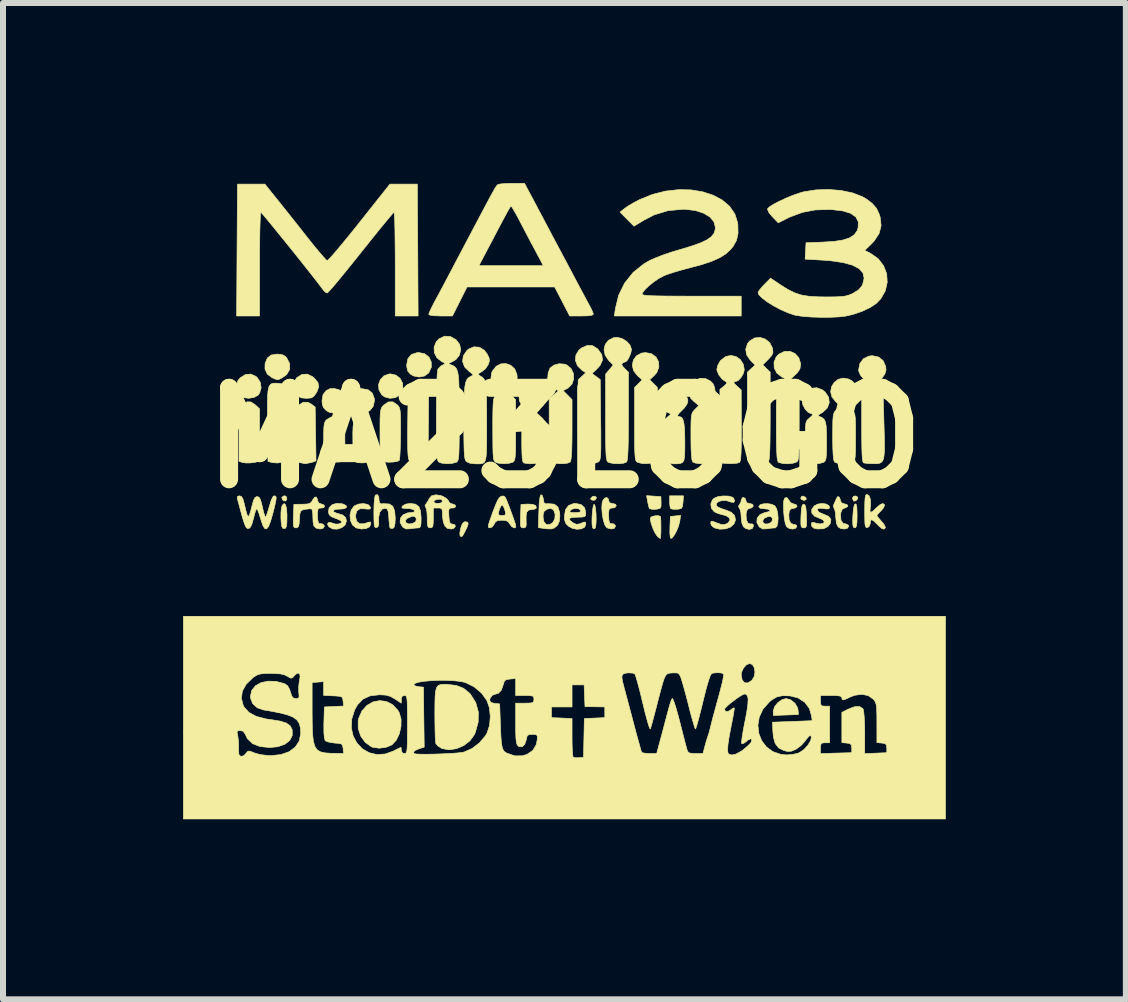
<source format=kicad_pcb>
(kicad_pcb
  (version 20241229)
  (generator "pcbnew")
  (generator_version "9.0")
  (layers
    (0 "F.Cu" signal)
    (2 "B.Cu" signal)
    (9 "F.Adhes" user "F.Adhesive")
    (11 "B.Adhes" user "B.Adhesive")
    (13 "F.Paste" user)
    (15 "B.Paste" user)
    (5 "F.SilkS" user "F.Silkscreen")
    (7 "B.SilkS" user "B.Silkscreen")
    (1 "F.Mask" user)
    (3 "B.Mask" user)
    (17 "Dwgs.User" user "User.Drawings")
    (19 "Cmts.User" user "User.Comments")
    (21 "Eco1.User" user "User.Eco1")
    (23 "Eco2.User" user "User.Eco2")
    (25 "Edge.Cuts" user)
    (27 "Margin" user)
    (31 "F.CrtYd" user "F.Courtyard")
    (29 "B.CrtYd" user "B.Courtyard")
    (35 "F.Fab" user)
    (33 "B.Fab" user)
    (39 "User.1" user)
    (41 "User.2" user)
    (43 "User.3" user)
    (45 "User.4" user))
  (footprint "MA23LOGO"
    (layer "F.Cu")
    (at 6.355 4.247)
    (property "Reference" "MA23LOGO" (at 0 0 0) (layer "F.SilkS") (effects (font (size 1.524 1.524) (thickness 0.3))))
    (attr through_hole)
    (fp_poly (pts (xy -4.629 0.984) (xy -4.625 1.022) (xy -4.645 1.052) (xy -4.678 1.048) (xy -4.696 1.032) (xy -4.71 0.991) (xy -4.68 0.968) (xy -4.657 0.965) (xy -4.629 0.984)) (stroke (width 0.01) (type solid)) (fill yes) (layer "F.SilkS"))
    (fp_poly (pts (xy 0.531 0.988) (xy 0.533 1.001) (xy 0.512 1.034) (xy 0.48 1.041) (xy 0.442 1.029) (xy 0.438 1.01) (xy 0.465 0.978) (xy 0.504 0.97) (xy 0.531 0.988)) (stroke (width 0.01) (type solid)) (fill yes) (layer "F.SilkS"))
    (fp_poly (pts (xy 4.022 0.991) (xy 4.031 1.02) (xy 4.005 1.04) (xy 3.99 1.041) (xy 3.946 1.025) (xy 3.937 1.001) (xy 3.956 0.971) (xy 3.979 0.97) (xy 4.022 0.991)) (stroke (width 0.01) (type solid)) (fill yes) (layer "F.SilkS"))
    (fp_poly (pts (xy 4.888 0.988) (xy 4.884 1.018) (xy 4.856 1.047) (xy 4.824 1.054) (xy 4.817 1.05) (xy 4.802 1.011) (xy 4.801 0.999) (xy 4.819 0.971) (xy 4.858 0.967) (xy 4.888 0.988)) (stroke (width 0.01) (type solid)) (fill yes) (layer "F.SilkS"))
    (fp_poly (pts (xy 3.773 4.366) (xy 3.842 4.422) (xy 3.886 4.497) (xy 3.893 4.534) (xy 3.899 4.61) (xy 3.48 4.625) (xy 3.48 4.55) (xy 3.502 4.478) (xy 3.558 4.409) (xy 3.631 4.359) (xy 3.696 4.343) (xy 3.773 4.366)) (stroke (width 0.01) (type solid)) (fill yes) (layer "F.SilkS"))
    (fp_poly (pts (xy 1.608 0.978) (xy 1.611 1.079) (xy 1.609 1.145) (xy 1.592 1.175) (xy 1.547 1.186) (xy 1.52 1.189) (xy 1.456 1.189) (xy 1.418 1.179) (xy 1.415 1.176) (xy 1.404 1.14) (xy 1.389 1.075) (xy 1.386 1.059) (xy 1.369 0.962) (xy 1.608 0.978)) (stroke (width 0.01) (type solid)) (fill yes) (layer "F.SilkS"))
    (fp_poly (pts (xy 1.921 1.394) (xy 1.901 1.472) (xy 1.868 1.553) (xy 1.829 1.623) (xy 1.792 1.668) (xy 1.774 1.676) (xy 1.763 1.653) (xy 1.757 1.591) (xy 1.758 1.501) (xy 1.758 1.492) (xy 1.765 1.308) (xy 1.851 1.3) (xy 1.937 1.292) (xy 1.921 1.394)) (stroke (width 0.01) (type solid)) (fill yes) (layer "F.SilkS"))
    (fp_poly (pts (xy 1.976 1.073) (xy 1.968 1.141) (xy 1.95 1.174) (xy 1.907 1.186) (xy 1.879 1.189) (xy 1.814 1.189) (xy 1.773 1.18) (xy 1.771 1.178) (xy 1.759 1.143) (xy 1.753 1.079) (xy 1.753 1.063) (xy 1.753 0.965) (xy 1.984 0.965) (xy 1.976 1.073)) (stroke (width 0.01) (type solid)) (fill yes) (layer "F.SilkS"))
    (fp_poly (pts (xy -1.613 1.404) (xy -1.603 1.432) (xy -1.622 1.488) (xy -1.652 1.55) (xy -1.688 1.618) (xy -1.711 1.646) (xy -1.729 1.641) (xy -1.74 1.626) (xy -1.743 1.588) (xy -1.733 1.523) (xy -1.727 1.499) (xy -1.701 1.429) (xy -1.667 1.399) (xy -1.65 1.397) (xy -1.613 1.404)) (stroke (width 0.01) (type solid)) (fill yes) (layer "F.SilkS"))
    (fp_poly (pts (xy 4.862 1.107) (xy 4.872 1.15) (xy 4.876 1.234) (xy 4.877 1.293) (xy 4.875 1.398) (xy 4.869 1.46) (xy 4.856 1.491) (xy 4.838 1.499) (xy 4.818 1.491) (xy 4.807 1.46) (xy 4.804 1.397) (xy 4.806 1.304) (xy 4.815 1.188) (xy 4.83 1.118) (xy 4.845 1.098) (xy 4.862 1.107)) (stroke (width 0.01) (type solid)) (fill yes) (layer "F.SilkS"))
    (fp_poly (pts (xy -4.647 1.113) (xy -4.63 1.177) (xy -4.623 1.28) (xy -4.623 1.308) (xy -4.625 1.415) (xy -4.634 1.479) (xy -4.651 1.508) (xy -4.68 1.51) (xy -4.693 1.506) (xy -4.709 1.476) (xy -4.719 1.412) (xy -4.724 1.329) (xy -4.723 1.242) (xy -4.716 1.167) (xy -4.701 1.121) (xy -4.671 1.093) (xy -4.647 1.113)) (stroke (width 0.01) (type solid)) (fill yes) (layer "F.SilkS"))
    (fp_poly (pts (xy -3.27 -0.802) (xy -3.201 -0.746) (xy -3.167 -0.655) (xy -3.165 -0.62) (xy -3.186 -0.526) (xy -3.241 -0.457) (xy -3.317 -0.417) (xy -3.403 -0.411) (xy -3.486 -0.444) (xy -3.519 -0.474) (xy -3.569 -0.558) (xy -3.576 -0.647) (xy -3.544 -0.728) (xy -3.48 -0.789) (xy -3.387 -0.819) (xy -3.371 -0.82) (xy -3.27 -0.802)) (stroke (width 0.01) (type solid)) (fill yes) (layer "F.SilkS"))
    (fp_poly (pts (xy -2.805 -1.045) (xy -2.736 -0.989) (xy -2.696 -0.911) (xy -2.691 -0.823) (xy -2.727 -0.737) (xy -2.744 -0.716) (xy -2.818 -0.67) (xy -2.909 -0.66) (xy -2.997 -0.684) (xy -3.044 -0.719) (xy -3.091 -0.801) (xy -3.097 -0.889) (xy -3.068 -0.97) (xy -3.008 -1.034) (xy -2.923 -1.065) (xy -2.898 -1.067) (xy -2.805 -1.045)) (stroke (width 0.01) (type solid)) (fill yes) (layer "F.SilkS"))
    (fp_poly (pts (xy 0.509 1.128) (xy 0.52 1.187) (xy 0.527 1.267) (xy 0.529 1.354) (xy 0.526 1.433) (xy 0.518 1.49) (xy 0.51 1.507) (xy 0.482 1.514) (xy 0.469 1.494) (xy 0.461 1.446) (xy 0.459 1.372) (xy 0.462 1.286) (xy 0.47 1.203) (xy 0.48 1.138) (xy 0.492 1.106) (xy 0.495 1.105) (xy 0.509 1.128)) (stroke (width 0.01) (type solid)) (fill yes) (layer "F.SilkS"))
    (fp_poly (pts (xy -3.764 -0.806) (xy -3.694 -0.772) (xy -3.658 -0.737) (xy -3.629 -0.641) (xy -3.641 -0.553) (xy -3.685 -0.48) (xy -3.753 -0.43) (xy -3.835 -0.41) (xy -3.923 -0.429) (xy -3.972 -0.459) (xy -4.017 -0.507) (xy -4.036 -0.569) (xy -4.039 -0.62) (xy -4.023 -0.72) (xy -3.971 -0.787) (xy -3.907 -0.82) (xy -3.842 -0.824) (xy -3.764 -0.806)) (stroke (width 0.01) (type solid)) (fill yes) (layer "F.SilkS"))
    (fp_poly (pts (xy -2.326 -1.401) (xy -2.256 -1.345) (xy -2.219 -1.266) (xy -2.218 -1.176) (xy -2.26 -1.086) (xy -2.262 -1.083) (xy -2.332 -1.031) (xy -2.423 -1.014) (xy -2.516 -1.033) (xy -2.568 -1.064) (xy -2.611 -1.114) (xy -2.627 -1.186) (xy -2.628 -1.219) (xy -2.608 -1.321) (xy -2.551 -1.389) (xy -2.458 -1.42) (xy -2.422 -1.422) (xy -2.326 -1.401)) (stroke (width 0.01) (type solid)) (fill yes) (layer "F.SilkS"))
    (fp_poly (pts (xy -5.222 -0.599) (xy -5.152 -0.552) (xy -5.147 -0.547) (xy -5.08 -0.485) (xy -5.08 -0.054) (xy -5.081 0.089) (xy -5.084 0.213) (xy -5.089 0.311) (xy -5.094 0.372) (xy -5.099 0.39) (xy -5.153 0.407) (xy -5.233 0.417) (xy -5.314 0.417) (xy -5.359 0.41) (xy -5.423 0.391) (xy -5.423 -0.511) (xy -5.359 -0.56) (xy -5.286 -0.602) (xy -5.222 -0.599)) (stroke (width 0.01) (type solid)) (fill yes) (layer "F.SilkS"))
    (fp_poly (pts (xy -5.139 -1.024) (xy -5.117 -1.004) (xy -5.067 -0.925) (xy -5.054 -0.833) (xy -5.079 -0.747) (xy -5.105 -0.711) (xy -5.173 -0.674) (xy -5.262 -0.66) (xy -5.35 -0.672) (xy -5.394 -0.693) (xy -5.426 -0.738) (xy -5.449 -0.809) (xy -5.453 -0.831) (xy -5.457 -0.906) (xy -5.439 -0.958) (xy -5.402 -1.001) (xy -5.317 -1.056) (xy -5.225 -1.064) (xy -5.139 -1.024)) (stroke (width 0.01) (type solid)) (fill yes) (layer "F.SilkS"))
    (fp_poly (pts (xy -4.706 -1.389) (xy -4.652 -1.361) (xy -4.625 -1.33) (xy -4.578 -1.236) (xy -4.578 -1.142) (xy -4.625 -1.059) (xy -4.698 -1.004) (xy -4.749 -0.978) (xy -4.78 -0.97) (xy -4.816 -0.979) (xy -4.871 -1.003) (xy -4.95 -1.062) (xy -4.99 -1.148) (xy -4.988 -1.24) (xy -4.95 -1.331) (xy -4.886 -1.381) (xy -4.788 -1.397) (xy -4.786 -1.397) (xy -4.706 -1.389)) (stroke (width 0.01) (type solid)) (fill yes) (layer "F.SilkS"))
    (fp_poly (pts (xy 1.6 1.308) (xy 1.602 1.314) (xy 1.607 1.384) (xy 1.608 1.469) (xy 1.608 1.554) (xy 1.605 1.626) (xy 1.601 1.67) (xy 1.598 1.676) (xy 1.571 1.66) (xy 1.541 1.631) (xy 1.506 1.576) (xy 1.471 1.499) (xy 1.444 1.419) (xy 1.431 1.354) (xy 1.434 1.328) (xy 1.462 1.308) (xy 1.514 1.297) (xy 1.567 1.296) (xy 1.6 1.308)) (stroke (width 0.01) (type solid)) (fill yes) (layer "F.SilkS"))
    (fp_poly (pts (xy 4.008 1.116) (xy 4.022 1.154) (xy 4.03 1.23) (xy 4.033 1.302) (xy 4.036 1.401) (xy 4.034 1.459) (xy 4.023 1.488) (xy 4.003 1.498) (xy 3.988 1.499) (xy 3.961 1.495) (xy 3.946 1.478) (xy 3.94 1.436) (xy 3.94 1.359) (xy 3.942 1.302) (xy 3.948 1.198) (xy 3.958 1.137) (xy 3.974 1.109) (xy 3.988 1.105) (xy 4.008 1.116)) (stroke (width 0.01) (type solid)) (fill yes) (layer "F.SilkS"))
    (fp_poly (pts (xy -4.195 -1.02) (xy -4.164 -0.993) (xy -4.107 -0.922) (xy -4.093 -0.855) (xy -4.12 -0.777) (xy -4.14 -0.743) (xy -4.178 -0.69) (xy -4.222 -0.666) (xy -4.292 -0.66) (xy -4.303 -0.66) (xy -4.384 -0.667) (xy -4.436 -0.693) (xy -4.469 -0.727) (xy -4.514 -0.82) (xy -4.513 -0.914) (xy -4.464 -0.999) (xy -4.459 -1.004) (xy -4.375 -1.058) (xy -4.285 -1.063) (xy -4.195 -1.02)) (stroke (width 0.01) (type solid)) (fill yes) (layer "F.SilkS"))
    (fp_poly (pts (xy -0.526 1.107) (xy -0.476 1.129) (xy -0.468 1.164) (xy -0.473 1.174) (xy -0.505 1.189) (xy -0.546 1.194) (xy -0.599 1.204) (xy -0.629 1.24) (xy -0.639 1.31) (xy -0.638 1.377) (xy -0.636 1.45) (xy -0.645 1.486) (xy -0.67 1.498) (xy -0.685 1.499) (xy -0.712 1.495) (xy -0.727 1.478) (xy -0.734 1.437) (xy -0.733 1.361) (xy -0.731 1.303) (xy -0.724 1.108) (xy -0.61 1.102) (xy -0.526 1.107)) (stroke (width 0.01) (type solid)) (fill yes) (layer "F.SilkS"))
    (fp_poly (pts (xy -4.22 -0.565) (xy -4.153 -0.515) (xy -4.146 -0.067) (xy -4.139 0.382) (xy -4.205 0.407) (xy -4.316 0.43) (xy -4.411 0.412) (xy -4.426 0.404) (xy -4.442 0.39) (xy -4.454 0.365) (xy -4.462 0.32) (xy -4.467 0.25) (xy -4.469 0.146) (xy -4.47 0.001) (xy -4.47 -0.063) (xy -4.47 -0.23) (xy -4.467 -0.352) (xy -4.462 -0.439) (xy -4.454 -0.495) (xy -4.442 -0.529) (xy -4.432 -0.543) (xy -4.354 -0.594) (xy -4.275 -0.594) (xy -4.22 -0.565)) (stroke (width 0.01) (type solid)) (fill yes) (layer "F.SilkS"))
    (fp_poly (pts (xy -2.966 4.392) (xy -2.862 4.445) (xy -2.776 4.538) (xy -2.753 4.577) (xy -2.722 4.683) (xy -2.723 4.805) (xy -2.75 4.928) (xy -2.801 5.036) (xy -2.872 5.113) (xy -2.877 5.116) (xy -2.973 5.156) (xy -3.086 5.17) (xy -3.191 5.156) (xy -3.215 5.147) (xy -3.319 5.074) (xy -3.394 4.969) (xy -3.436 4.844) (xy -3.437 4.713) (xy -3.429 4.675) (xy -3.374 4.549) (xy -3.291 4.457) (xy -3.19 4.399) (xy -3.078 4.377) (xy -2.966 4.392)) (stroke (width 0.01) (type solid)) (fill yes) (layer "F.SilkS"))
    (fp_poly (pts (xy 3.736 1.027) (xy 3.741 1.039) (xy 3.773 1.081) (xy 3.811 1.096) (xy 3.866 1.116) (xy 3.877 1.144) (xy 3.845 1.168) (xy 3.818 1.173) (xy 3.77 1.185) (xy 3.748 1.217) (xy 3.739 1.278) (xy 3.744 1.367) (xy 3.775 1.425) (xy 3.826 1.443) (xy 3.832 1.442) (xy 3.868 1.454) (xy 3.873 1.473) (xy 3.853 1.506) (xy 3.805 1.519) (xy 3.748 1.51) (xy 3.703 1.481) (xy 3.681 1.43) (xy 3.664 1.342) (xy 3.653 1.23) (xy 3.651 1.108) (xy 3.654 1.048) (xy 3.672 1.001) (xy 3.706 0.994) (xy 3.736 1.027)) (stroke (width 0.01) (type solid)) (fill yes) (layer "F.SilkS"))
    (fp_poly (pts (xy -3.304 -0.35) (xy -3.259 -0.329) (xy -3.229 -0.286) (xy -3.212 -0.213) (xy -3.203 -0.104) (xy -3.2 0.049) (xy -3.2 0.058) (xy -3.202 0.18) (xy -3.206 0.282) (xy -3.212 0.355) (xy -3.219 0.388) (xy -3.219 0.389) (xy -3.28 0.408) (xy -3.362 0.417) (xy -3.439 0.413) (xy -3.454 0.409) (xy -3.48 0.4) (xy -3.498 0.385) (xy -3.51 0.355) (xy -3.517 0.302) (xy -3.521 0.216) (xy -3.525 0.09) (xy -3.525 0.065) (xy -3.526 -0.091) (xy -3.521 -0.204) (xy -3.505 -0.28) (xy -3.477 -0.326) (xy -3.435 -0.349) (xy -3.375 -0.356) (xy -3.365 -0.356) (xy -3.304 -0.35)) (stroke (width 0.01) (type solid)) (fill yes) (layer "F.SilkS"))
    (fp_poly (pts (xy -4.77 -0.91) (xy -4.766 -0.909) (xy -4.716 -0.903) (xy -4.677 -0.89) (xy -4.648 -0.864) (xy -4.627 -0.819) (xy -4.613 -0.749) (xy -4.604 -0.649) (xy -4.6 -0.513) (xy -4.598 -0.335) (xy -4.598 -0.213) (xy -4.598 -0.015) (xy -4.601 0.137) (xy -4.605 0.248) (xy -4.612 0.321) (xy -4.622 0.363) (xy -4.629 0.375) (xy -4.693 0.404) (xy -4.781 0.418) (xy -4.866 0.412) (xy -4.877 0.409) (xy -4.94 0.391) (xy -4.947 -0.221) (xy -4.949 -0.428) (xy -4.949 -0.589) (xy -4.946 -0.711) (xy -4.937 -0.798) (xy -4.922 -0.856) (xy -4.9 -0.891) (xy -4.868 -0.908) (xy -4.825 -0.912) (xy -4.77 -0.91)) (stroke (width 0.01) (type solid)) (fill yes) (layer "F.SilkS"))
    (fp_poly (pts (xy -3.727 -0.307) (xy -3.71 -0.289) (xy -3.687 -0.254) (xy -3.672 -0.213) (xy -3.663 -0.153) (xy -3.659 -0.066) (xy -3.658 0.06) (xy -3.658 0.077) (xy -3.659 0.208) (xy -3.662 0.296) (xy -3.67 0.351) (xy -3.683 0.38) (xy -3.698 0.391) (xy -3.753 0.401) (xy -3.834 0.404) (xy -3.916 0.401) (xy -3.976 0.392) (xy -3.981 0.39) (xy -3.996 0.367) (xy -4.006 0.309) (xy -4.011 0.212) (xy -4.013 0.069) (xy -4.013 0.061) (xy -4.012 -0.073) (xy -4.009 -0.166) (xy -4.002 -0.228) (xy -3.99 -0.268) (xy -3.971 -0.296) (xy -3.962 -0.305) (xy -3.886 -0.349) (xy -3.803 -0.35) (xy -3.727 -0.307)) (stroke (width 0.01) (type solid)) (fill yes) (layer "F.SilkS"))
    (fp_poly (pts (xy -3.279 1.108) (xy -3.256 1.123) (xy -3.227 1.165) (xy -3.244 1.186) (xy -3.304 1.185) (xy -3.317 1.182) (xy -3.404 1.18) (xy -3.457 1.214) (xy -3.479 1.286) (xy -3.48 1.31) (xy -3.462 1.39) (xy -3.413 1.431) (xy -3.337 1.43) (xy -3.315 1.422) (xy -3.257 1.402) (xy -3.232 1.402) (xy -3.226 1.425) (xy -3.226 1.434) (xy -3.248 1.482) (xy -3.305 1.511) (xy -3.383 1.518) (xy -3.469 1.5) (xy -3.474 1.498) (xy -3.532 1.45) (xy -3.566 1.373) (xy -3.573 1.284) (xy -3.552 1.199) (xy -3.504 1.135) (xy -3.499 1.131) (xy -3.429 1.102) (xy -3.348 1.094) (xy -3.279 1.108)) (stroke (width 0.01) (type solid)) (fill yes) (layer "F.SilkS"))
    (fp_poly (pts (xy -1.952 4.107) (xy -1.801 4.125) (xy -1.682 4.171) (xy -1.584 4.25) (xy -1.565 4.271) (xy -1.477 4.411) (xy -1.434 4.568) (xy -1.437 4.737) (xy -1.485 4.909) (xy -1.502 4.947) (xy -1.575 5.048) (xy -1.678 5.127) (xy -1.798 5.178) (xy -1.921 5.197) (xy -2.036 5.177) (xy -2.047 5.172) (xy -2.106 5.135) (xy -2.142 5.095) (xy -2.142 5.093) (xy -2.148 5.055) (xy -2.153 4.975) (xy -2.156 4.862) (xy -2.158 4.727) (xy -2.159 4.611) (xy -2.158 4.438) (xy -2.155 4.309) (xy -2.146 4.218) (xy -2.129 4.159) (xy -2.101 4.125) (xy -2.06 4.109) (xy -2.002 4.105) (xy -1.952 4.107)) (stroke (width 0.01) (type solid)) (fill yes) (layer "F.SilkS"))
    (fp_poly (pts (xy 0.732 1.016) (xy 0.737 1.041) (xy 0.751 1.081) (xy 0.8 1.092) (xy 0.851 1.105) (xy 0.864 1.13) (xy 0.842 1.161) (xy 0.8 1.168) (xy 0.762 1.173) (xy 0.744 1.194) (xy 0.737 1.244) (xy 0.737 1.295) (xy 0.741 1.369) (xy 0.753 1.416) (xy 0.762 1.426) (xy 0.811 1.431) (xy 0.819 1.432) (xy 0.847 1.456) (xy 0.851 1.473) (xy 0.831 1.507) (xy 0.782 1.518) (xy 0.724 1.504) (xy 0.7 1.49) (xy 0.671 1.445) (xy 0.647 1.366) (xy 0.63 1.268) (xy 0.623 1.169) (xy 0.628 1.084) (xy 0.637 1.049) (xy 0.669 1.004) (xy 0.706 0.992) (xy 0.732 1.016)) (stroke (width 0.01) (type solid)) (fill yes) (layer "F.SilkS"))
    (fp_poly (pts (xy 4.581 0.987) (xy 4.597 1.03) (xy 4.597 1.041) (xy 4.619 1.083) (xy 4.662 1.097) (xy 4.715 1.115) (xy 4.722 1.141) (xy 4.682 1.166) (xy 4.669 1.169) (xy 4.628 1.19) (xy 4.608 1.237) (xy 4.602 1.281) (xy 4.608 1.372) (xy 4.643 1.422) (xy 4.694 1.435) (xy 4.731 1.453) (xy 4.737 1.473) (xy 4.716 1.505) (xy 4.667 1.518) (xy 4.609 1.512) (xy 4.562 1.485) (xy 4.532 1.423) (xy 4.521 1.324) (xy 4.516 1.247) (xy 4.502 1.19) (xy 4.494 1.176) (xy 4.48 1.133) (xy 4.492 1.102) (xy 4.521 1.039) (xy 4.532 1.008) (xy 4.555 0.977) (xy 4.581 0.987)) (stroke (width 0.01) (type solid)) (fill yes) (layer "F.SilkS"))
    (fp_poly (pts (xy -2.317 -0.92) (xy -2.3 -0.905) (xy -2.286 -0.888) (xy -2.276 -0.861) (xy -2.269 -0.819) (xy -2.265 -0.755) (xy -2.264 -0.664) (xy -2.264 -0.538) (xy -2.265 -0.371) (xy -2.266 -0.241) (xy -2.273 0.394) (xy -2.415 0.401) (xy -2.514 0.401) (xy -2.572 0.385) (xy -2.588 0.372) (xy -2.599 0.343) (xy -2.606 0.285) (xy -2.611 0.191) (xy -2.613 0.058) (xy -2.613 -0.118) (xy -2.611 -0.25) (xy -2.609 -0.437) (xy -2.606 -0.58) (xy -2.602 -0.685) (xy -2.597 -0.761) (xy -2.59 -0.812) (xy -2.579 -0.848) (xy -2.565 -0.873) (xy -2.547 -0.895) (xy -2.542 -0.9) (xy -2.467 -0.954) (xy -2.389 -0.957) (xy -2.317 -0.92)) (stroke (width 0.01) (type solid)) (fill yes) (layer "F.SilkS"))
    (fp_poly (pts (xy 1.453 -1.402) (xy 1.527 -1.347) (xy 1.569 -1.269) (xy 1.574 -1.18) (xy 1.54 -1.09) (xy 1.498 -1.041) (xy 1.421 -0.969) (xy 1.485 -0.905) (xy 1.549 -0.841) (xy 1.549 0.382) (xy 1.484 0.407) (xy 1.392 0.428) (xy 1.295 0.427) (xy 1.218 0.407) (xy 1.213 0.404) (xy 1.199 0.392) (xy 1.188 0.371) (xy 1.18 0.333) (xy 1.175 0.273) (xy 1.171 0.185) (xy 1.169 0.063) (xy 1.169 -0.1) (xy 1.168 -0.231) (xy 1.168 -0.841) (xy 1.295 -0.967) (xy 1.214 -1.039) (xy 1.151 -1.122) (xy 1.131 -1.212) (xy 1.149 -1.298) (xy 1.201 -1.369) (xy 1.283 -1.413) (xy 1.352 -1.422) (xy 1.453 -1.402)) (stroke (width 0.01) (type solid)) (fill yes) (layer "F.SilkS"))
    (fp_poly (pts (xy -2.786 -0.552) (xy -2.765 -0.529) (xy -2.749 -0.502) (xy -2.739 -0.463) (xy -2.733 -0.403) (xy -2.731 -0.316) (xy -2.73 -0.191) (xy -2.73 -0.076) (xy -2.732 0.066) (xy -2.736 0.192) (xy -2.741 0.291) (xy -2.747 0.356) (xy -2.752 0.375) (xy -2.786 0.392) (xy -2.852 0.402) (xy -2.931 0.405) (xy -3.005 0.399) (xy -3.042 0.39) (xy -3.054 0.37) (xy -3.063 0.321) (xy -3.069 0.235) (xy -3.072 0.109) (xy -3.073 -0.054) (xy -3.073 -0.211) (xy -3.072 -0.326) (xy -3.068 -0.407) (xy -3.061 -0.461) (xy -3.05 -0.497) (xy -3.034 -0.523) (xy -3.011 -0.547) (xy -3.011 -0.547) (xy -2.934 -0.6) (xy -2.859 -0.601) (xy -2.786 -0.552)) (stroke (width 0.01) (type solid)) (fill yes) (layer "F.SilkS"))
    (fp_poly (pts (xy 3.016 1.012) (xy 3.023 1.041) (xy 3.037 1.081) (xy 3.086 1.092) (xy 3.136 1.106) (xy 3.148 1.137) (xy 3.121 1.165) (xy 3.092 1.173) (xy 3.053 1.189) (xy 3.033 1.231) (xy 3.027 1.278) (xy 3.032 1.363) (xy 3.057 1.418) (xy 3.099 1.435) (xy 3.113 1.431) (xy 3.143 1.437) (xy 3.15 1.47) (xy 3.13 1.511) (xy 3.083 1.525) (xy 3.025 1.512) (xy 2.986 1.484) (xy 2.958 1.425) (xy 2.946 1.331) (xy 2.946 1.324) (xy 2.94 1.246) (xy 2.925 1.188) (xy 2.916 1.173) (xy 2.899 1.139) (xy 2.916 1.113) (xy 2.943 1.062) (xy 2.946 1.036) (xy 2.964 0.998) (xy 2.985 0.991) (xy 3.016 1.012)) (stroke (width 0.01) (type solid)) (fill yes) (layer "F.SilkS"))
    (fp_poly (pts (xy 4.359 1.101) (xy 4.406 1.127) (xy 4.42 1.159) (xy 4.407 1.181) (xy 4.363 1.184) (xy 4.318 1.178) (xy 4.252 1.171) (xy 4.222 1.181) (xy 4.216 1.202) (xy 4.241 1.238) (xy 4.308 1.267) (xy 4.315 1.269) (xy 4.402 1.307) (xy 4.441 1.359) (xy 4.433 1.422) (xy 4.394 1.473) (xy 4.319 1.514) (xy 4.215 1.517) (xy 4.159 1.506) (xy 4.123 1.475) (xy 4.115 1.443) (xy 4.124 1.407) (xy 4.159 1.411) (xy 4.22 1.427) (xy 4.267 1.433) (xy 4.318 1.422) (xy 4.329 1.394) (xy 4.303 1.362) (xy 4.259 1.343) (xy 4.169 1.305) (xy 4.122 1.253) (xy 4.12 1.193) (xy 4.161 1.134) (xy 4.22 1.103) (xy 4.291 1.092) (xy 4.359 1.101)) (stroke (width 0.01) (type solid)) (fill yes) (layer "F.SilkS"))
    (fp_poly (pts (xy -3.701 1.098) (xy -3.672 1.108) (xy -3.631 1.135) (xy -3.634 1.162) (xy -3.674 1.181) (xy -3.737 1.186) (xy -3.812 1.19) (xy -3.849 1.208) (xy -3.846 1.231) (xy -3.797 1.254) (xy -3.78 1.258) (xy -3.691 1.286) (xy -3.645 1.328) (xy -3.632 1.386) (xy -3.654 1.45) (xy -3.71 1.496) (xy -3.784 1.52) (xy -3.861 1.517) (xy -3.924 1.482) (xy -3.949 1.438) (xy -3.935 1.411) (xy -3.89 1.41) (xy -3.863 1.421) (xy -3.807 1.437) (xy -3.75 1.432) (xy -3.713 1.411) (xy -3.708 1.397) (xy -3.73 1.377) (xy -3.785 1.351) (xy -3.816 1.34) (xy -3.887 1.311) (xy -3.921 1.277) (xy -3.933 1.231) (xy -3.92 1.161) (xy -3.869 1.112) (xy -3.793 1.09) (xy -3.701 1.098)) (stroke (width 0.01) (type solid)) (fill yes) (layer "F.SilkS"))
    (fp_poly (pts (xy -3.093 0.986) (xy -3.089 1.035) (xy -3.082 1.082) (xy -3.055 1.098) (xy -3.002 1.096) (xy -2.916 1.101) (xy -2.86 1.139) (xy -2.829 1.215) (xy -2.819 1.333) (xy -2.819 1.335) (xy -2.823 1.43) (xy -2.835 1.484) (xy -2.858 1.508) (xy -2.858 1.508) (xy -2.898 1.506) (xy -2.909 1.492) (xy -2.916 1.45) (xy -2.923 1.377) (xy -2.927 1.321) (xy -2.935 1.234) (xy -2.952 1.188) (xy -2.975 1.174) (xy -3.034 1.184) (xy -3.076 1.236) (xy -3.095 1.321) (xy -3.095 1.369) (xy -3.094 1.443) (xy -3.107 1.481) (xy -3.131 1.494) (xy -3.151 1.493) (xy -3.164 1.475) (xy -3.171 1.431) (xy -3.174 1.354) (xy -3.175 1.235) (xy -3.172 1.109) (xy -3.165 1.015) (xy -3.154 0.961) (xy -3.148 0.951) (xy -3.113 0.946) (xy -3.093 0.986)) (stroke (width 0.01) (type solid)) (fill yes) (layer "F.SilkS"))
    (fp_poly (pts (xy -0.366 0.962) (xy -0.351 1.017) (xy -0.351 1.021) (xy -0.341 1.078) (xy -0.315 1.098) (xy -0.258 1.096) (xy -0.168 1.104) (xy -0.109 1.151) (xy -0.08 1.238) (xy -0.076 1.298) (xy -0.084 1.388) (xy -0.11 1.448) (xy -0.132 1.472) (xy -0.174 1.504) (xy -0.222 1.517) (xy -0.293 1.515) (xy -0.363 1.506) (xy -0.433 1.495) (xy -0.429 1.318) (xy -0.356 1.318) (xy -0.341 1.399) (xy -0.301 1.443) (xy -0.246 1.444) (xy -0.192 1.408) (xy -0.16 1.347) (xy -0.155 1.273) (xy -0.177 1.209) (xy -0.191 1.193) (xy -0.236 1.174) (xy -0.293 1.19) (xy -0.335 1.219) (xy -0.353 1.268) (xy -0.356 1.318) (xy -0.429 1.318) (xy -0.426 1.226) (xy -0.42 1.084) (xy -0.408 0.991) (xy -0.393 0.949) (xy -0.389 0.947) (xy -0.366 0.962)) (stroke (width 0.01) (type solid)) (fill yes) (layer "F.SilkS"))
    (fp_poly (pts (xy 0.468 -1.538) (xy 0.548 -1.488) (xy 0.561 -1.475) (xy 0.623 -1.387) (xy 0.635 -1.298) (xy 0.595 -1.209) (xy 0.548 -1.156) (xy 0.461 -1.074) (xy 0.529 -1.023) (xy 0.597 -0.972) (xy 0.604 -0.303) (xy 0.607 -0.1) (xy 0.607 0.059) (xy 0.607 0.178) (xy 0.604 0.264) (xy 0.599 0.324) (xy 0.592 0.362) (xy 0.582 0.385) (xy 0.569 0.399) (xy 0.568 0.399) (xy 0.512 0.421) (xy 0.432 0.43) (xy 0.348 0.428) (xy 0.282 0.415) (xy 0.259 0.401) (xy 0.249 0.375) (xy 0.241 0.316) (xy 0.235 0.221) (xy 0.231 0.085) (xy 0.229 -0.094) (xy 0.229 -0.298) (xy 0.229 -0.968) (xy 0.356 -1.086) (xy 0.293 -1.127) (xy 0.218 -1.201) (xy 0.184 -1.289) (xy 0.191 -1.38) (xy 0.239 -1.461) (xy 0.287 -1.5) (xy 0.384 -1.542) (xy 0.468 -1.538)) (stroke (width 0.01) (type solid)) (fill yes) (layer "F.SilkS"))
    (fp_poly (pts (xy 3.347 -1.647) (xy 3.421 -1.587) (xy 3.466 -1.498) (xy 3.47 -1.48) (xy 3.475 -1.424) (xy 3.457 -1.377) (xy 3.408 -1.321) (xy 3.396 -1.308) (xy 3.306 -1.218) (xy 3.367 -1.156) (xy 3.429 -1.095) (xy 3.429 -0.362) (xy 3.428 -0.13) (xy 3.426 0.056) (xy 3.423 0.197) (xy 3.417 0.299) (xy 3.41 0.365) (xy 3.401 0.398) (xy 3.399 0.401) (xy 3.353 0.421) (xy 3.278 0.43) (xy 3.193 0.43) (xy 3.119 0.419) (xy 3.078 0.401) (xy 3.069 0.376) (xy 3.061 0.319) (xy 3.055 0.227) (xy 3.051 0.096) (xy 3.049 -0.078) (xy 3.048 -0.298) (xy 3.048 -0.362) (xy 3.048 -1.095) (xy 3.112 -1.154) (xy 3.177 -1.214) (xy 3.1 -1.291) (xy 3.037 -1.382) (xy 3.021 -1.478) (xy 3.05 -1.57) (xy 3.085 -1.614) (xy 3.167 -1.665) (xy 3.259 -1.675) (xy 3.347 -1.647)) (stroke (width 0.01) (type solid)) (fill yes) (layer "F.SilkS"))
    (fp_poly (pts (xy 0.004 -1.229) (xy 0.041 -1.215) (xy 0.111 -1.156) (xy 0.15 -1.074) (xy 0.155 -0.983) (xy 0.127 -0.898) (xy 0.065 -0.834) (xy 0.052 -0.826) (xy -0.022 -0.788) (xy 0.053 -0.713) (xy 0.127 -0.639) (xy 0.127 -0.134) (xy 0.126 0.06) (xy 0.122 0.208) (xy 0.116 0.311) (xy 0.107 0.375) (xy 0.097 0.401) (xy 0.051 0.421) (xy -0.025 0.43) (xy -0.109 0.428) (xy -0.182 0.415) (xy -0.21 0.404) (xy -0.225 0.391) (xy -0.236 0.368) (xy -0.244 0.327) (xy -0.249 0.262) (xy -0.252 0.166) (xy -0.254 0.033) (xy -0.254 -0.139) (xy -0.254 -0.656) (xy -0.177 -0.721) (xy -0.1 -0.785) (xy -0.174 -0.824) (xy -0.231 -0.862) (xy -0.263 -0.902) (xy -0.264 -0.903) (xy -0.279 -0.989) (xy -0.271 -1.084) (xy -0.241 -1.16) (xy -0.241 -1.162) (xy -0.177 -1.212) (xy -0.089 -1.236) (xy 0.004 -1.229)) (stroke (width 0.01) (type solid)) (fill yes) (layer "F.SilkS"))
    (fp_poly (pts (xy -0.434 -0.875) (xy -0.362 -0.822) (xy -0.319 -0.741) (xy -0.317 -0.736) (xy -0.316 -0.635) (xy -0.353 -0.547) (xy -0.421 -0.488) (xy -0.432 -0.483) (xy -0.504 -0.453) (xy -0.43 -0.385) (xy -0.356 -0.318) (xy -0.353 0.02) (xy -0.354 0.182) (xy -0.36 0.298) (xy -0.37 0.369) (xy -0.381 0.394) (xy -0.424 0.415) (xy -0.497 0.428) (xy -0.58 0.431) (xy -0.655 0.422) (xy -0.679 0.415) (xy -0.693 0.394) (xy -0.703 0.34) (xy -0.708 0.248) (xy -0.711 0.113) (xy -0.711 0.041) (xy -0.71 -0.114) (xy -0.706 -0.226) (xy -0.696 -0.304) (xy -0.678 -0.356) (xy -0.651 -0.392) (xy -0.613 -0.418) (xy -0.601 -0.425) (xy -0.574 -0.443) (xy -0.585 -0.46) (xy -0.629 -0.48) (xy -0.708 -0.537) (xy -0.751 -0.618) (xy -0.758 -0.71) (xy -0.724 -0.797) (xy -0.7 -0.827) (xy -0.617 -0.88) (xy -0.524 -0.895) (xy -0.434 -0.875)) (stroke (width 0.01) (type solid)) (fill yes) (layer "F.SilkS"))
    (fp_poly (pts (xy 0.28 1.111) (xy 0.337 1.165) (xy 0.356 1.246) (xy 0.353 1.289) (xy 0.337 1.311) (xy 0.296 1.319) (xy 0.216 1.321) (xy 0.125 1.326) (xy 0.083 1.343) (xy 0.09 1.372) (xy 0.141 1.413) (xy 0.199 1.44) (xy 0.254 1.432) (xy 0.269 1.426) (xy 0.325 1.402) (xy 0.35 1.404) (xy 0.356 1.433) (xy 0.356 1.445) (xy 0.334 1.49) (xy 0.28 1.516) (xy 0.206 1.522) (xy 0.128 1.505) (xy 0.067 1.471) (xy 0.022 1.425) (xy 0.003 1.366) (xy 0 1.306) (xy 0.012 1.23) (xy 0.088 1.23) (xy 0.106 1.241) (xy 0.163 1.245) (xy 0.177 1.245) (xy 0.248 1.239) (xy 0.274 1.221) (xy 0.273 1.213) (xy 0.241 1.183) (xy 0.184 1.174) (xy 0.128 1.187) (xy 0.103 1.205) (xy 0.088 1.23) (xy 0.012 1.23) (xy 0.017 1.198) (xy 0.068 1.127) (xy 0.153 1.094) (xy 0.189 1.092) (xy 0.28 1.111)) (stroke (width 0.01) (type solid)) (fill yes) (layer "F.SilkS"))
    (fp_poly (pts (xy 3.455 1.106) (xy 3.507 1.132) (xy 3.508 1.133) (xy 3.536 1.181) (xy 3.554 1.253) (xy 3.561 1.336) (xy 3.556 1.414) (xy 3.541 1.473) (xy 3.514 1.499) (xy 3.512 1.499) (xy 3.456 1.503) (xy 3.383 1.513) (xy 3.378 1.514) (xy 3.305 1.517) (xy 3.255 1.49) (xy 3.245 1.48) (xy 3.206 1.408) (xy 3.208 1.383) (xy 3.305 1.383) (xy 3.311 1.41) (xy 3.343 1.434) (xy 3.395 1.432) (xy 3.444 1.407) (xy 3.458 1.39) (xy 3.468 1.342) (xy 3.44 1.311) (xy 3.394 1.31) (xy 3.327 1.341) (xy 3.305 1.383) (xy 3.208 1.383) (xy 3.212 1.337) (xy 3.257 1.279) (xy 3.338 1.244) (xy 3.36 1.24) (xy 3.416 1.225) (xy 3.427 1.205) (xy 3.395 1.188) (xy 3.333 1.181) (xy 3.265 1.174) (xy 3.239 1.15) (xy 3.239 1.143) (xy 3.26 1.114) (xy 3.315 1.098) (xy 3.385 1.095) (xy 3.455 1.106)) (stroke (width 0.01) (type solid)) (fill yes) (layer "F.SilkS"))
    (fp_poly (pts (xy -2.482 1.104) (xy -2.427 1.143) (xy -2.397 1.218) (xy -2.388 1.333) (xy -2.388 1.342) (xy -2.39 1.429) (xy -2.398 1.477) (xy -2.416 1.497) (xy -2.432 1.499) (xy -2.487 1.503) (xy -2.561 1.513) (xy -2.566 1.514) (xy -2.639 1.517) (xy -2.689 1.49) (xy -2.699 1.48) (xy -2.738 1.408) (xy -2.736 1.381) (xy -2.652 1.381) (xy -2.638 1.414) (xy -2.592 1.434) (xy -2.53 1.426) (xy -2.479 1.396) (xy -2.468 1.357) (xy -2.473 1.333) (xy -2.502 1.305) (xy -2.546 1.309) (xy -2.624 1.343) (xy -2.652 1.381) (xy -2.736 1.381) (xy -2.733 1.338) (xy -2.689 1.282) (xy -2.613 1.249) (xy -2.568 1.245) (xy -2.51 1.236) (xy -2.494 1.215) (xy -2.518 1.193) (xy -2.576 1.179) (xy -2.593 1.178) (xy -2.67 1.174) (xy -2.706 1.167) (xy -2.709 1.152) (xy -2.692 1.13) (xy -2.646 1.104) (xy -2.575 1.092) (xy -2.566 1.092) (xy -2.482 1.104)) (stroke (width 0.01) (type solid)) (fill yes) (layer "F.SilkS"))
    (fp_poly (pts (xy 5.076 0.963) (xy 5.098 1.022) (xy 5.103 1.106) (xy 5.097 1.157) (xy 5.092 1.22) (xy 5.106 1.24) (xy 5.143 1.219) (xy 5.194 1.168) (xy 5.257 1.114) (xy 5.305 1.093) (xy 5.331 1.109) (xy 5.334 1.126) (xy 5.317 1.165) (xy 5.275 1.215) (xy 5.271 1.219) (xy 5.228 1.263) (xy 5.207 1.292) (xy 5.207 1.293) (xy 5.223 1.319) (xy 5.263 1.367) (xy 5.285 1.391) (xy 5.328 1.446) (xy 5.348 1.488) (xy 5.347 1.499) (xy 5.324 1.52) (xy 5.293 1.513) (xy 5.245 1.473) (xy 5.207 1.435) (xy 5.149 1.38) (xy 5.116 1.363) (xy 5.1 1.384) (xy 5.096 1.428) (xy 5.076 1.478) (xy 5.048 1.494) (xy 5.029 1.493) (xy 5.016 1.476) (xy 5.008 1.436) (xy 5.005 1.362) (xy 5.004 1.248) (xy 5.004 1.221) (xy 5.005 1.095) (xy 5.009 1.012) (xy 5.017 0.964) (xy 5.03 0.943) (xy 5.041 0.94) (xy 5.076 0.963)) (stroke (width 0.01) (type solid)) (fill yes) (layer "F.SilkS"))
    (fp_poly (pts (xy 5.235 -1.348) (xy 5.311 -1.287) (xy 5.353 -1.193) (xy 5.359 -1.131) (xy 5.339 -1.063) (xy 5.289 -0.994) (xy 5.226 -0.944) (xy 5.206 -0.935) (xy 5.19 -0.918) (xy 5.213 -0.885) (xy 5.239 -0.861) (xy 5.309 -0.8) (xy 5.325 -0.228) (xy 5.331 -0.028) (xy 5.333 0.127) (xy 5.331 0.243) (xy 5.322 0.324) (xy 5.305 0.379) (xy 5.278 0.41) (xy 5.241 0.426) (xy 5.19 0.43) (xy 5.135 0.43) (xy 5.057 0.426) (xy 4.999 0.419) (xy 4.985 0.415) (xy 4.974 0.398) (xy 4.966 0.354) (xy 4.96 0.279) (xy 4.956 0.166) (xy 4.954 0.013) (xy 4.953 -0.186) (xy 4.953 -0.203) (xy 4.953 -0.809) (xy 5.023 -0.865) (xy 5.066 -0.906) (xy 5.067 -0.928) (xy 5.056 -0.934) (xy 4.991 -0.976) (xy 4.935 -1.042) (xy 4.904 -1.112) (xy 4.902 -1.131) (xy 4.923 -1.239) (xy 4.982 -1.319) (xy 5.072 -1.363) (xy 5.131 -1.37) (xy 5.235 -1.348)) (stroke (width 0.01) (type solid)) (fill yes) (layer "F.SilkS"))
    (fp_poly (pts (xy 2.859 -1.356) (xy 2.933 -1.304) (xy 2.982 -1.224) (xy 2.997 -1.135) (xy 2.982 -1.073) (xy 2.944 -1.007) (xy 2.896 -0.957) (xy 2.856 -0.94) (xy 2.824 -0.933) (xy 2.831 -0.908) (xy 2.879 -0.86) (xy 2.883 -0.856) (xy 2.946 -0.8) (xy 2.948 -0.206) (xy 2.948 -0.007) (xy 2.947 0.145) (xy 2.943 0.258) (xy 2.938 0.336) (xy 2.93 0.383) (xy 2.92 0.407) (xy 2.916 0.41) (xy 2.871 0.422) (xy 2.796 0.428) (xy 2.714 0.428) (xy 2.645 0.421) (xy 2.623 0.415) (xy 2.612 0.398) (xy 2.604 0.354) (xy 2.598 0.279) (xy 2.594 0.166) (xy 2.592 0.013) (xy 2.591 -0.186) (xy 2.591 -0.203) (xy 2.591 -0.809) (xy 2.661 -0.865) (xy 2.703 -0.906) (xy 2.705 -0.928) (xy 2.694 -0.934) (xy 2.631 -0.977) (xy 2.575 -1.046) (xy 2.543 -1.12) (xy 2.54 -1.145) (xy 2.556 -1.21) (xy 2.596 -1.282) (xy 2.606 -1.293) (xy 2.685 -1.355) (xy 2.773 -1.374) (xy 2.859 -1.356)) (stroke (width 0.01) (type solid)) (fill yes) (layer "F.SilkS"))
    (fp_poly (pts (xy 0.959 -1.657) (xy 1.037 -1.609) (xy 1.095 -1.544) (xy 1.118 -1.474) (xy 1.118 -1.474) (xy 1.107 -1.419) (xy 1.083 -1.355) (xy 1.053 -1.299) (xy 1.026 -1.27) (xy 1.022 -1.27) (xy 0.986 -1.257) (xy 0.969 -1.248) (xy 0.954 -1.225) (xy 0.974 -1.189) (xy 1.001 -1.16) (xy 1.067 -1.095) (xy 1.067 -0.362) (xy 1.066 -0.13) (xy 1.064 0.056) (xy 1.06 0.197) (xy 1.055 0.299) (xy 1.048 0.365) (xy 1.039 0.398) (xy 1.036 0.401) (xy 0.99 0.421) (xy 0.915 0.43) (xy 0.831 0.428) (xy 0.758 0.415) (xy 0.73 0.404) (xy 0.717 0.393) (xy 0.707 0.373) (xy 0.699 0.338) (xy 0.694 0.283) (xy 0.69 0.202) (xy 0.687 0.089) (xy 0.686 -0.061) (xy 0.686 -0.254) (xy 0.686 -0.342) (xy 0.686 -1.063) (xy 0.75 -1.139) (xy 0.813 -1.215) (xy 0.737 -1.291) (xy 0.678 -1.379) (xy 0.66 -1.471) (xy 0.68 -1.558) (xy 0.734 -1.627) (xy 0.817 -1.669) (xy 0.877 -1.676) (xy 0.959 -1.657)) (stroke (width 0.01) (type solid)) (fill yes) (layer "F.SilkS"))
    (fp_poly (pts (xy 2.729 0.969) (xy 2.796 0.986) (xy 2.818 1.002) (xy 2.838 1.049) (xy 2.82 1.075) (xy 2.773 1.069) (xy 2.769 1.067) (xy 2.7 1.045) (xy 2.63 1.044) (xy 2.57 1.06) (xy 2.533 1.09) (xy 2.532 1.129) (xy 2.535 1.134) (xy 2.568 1.157) (xy 2.633 1.183) (xy 2.679 1.198) (xy 2.779 1.238) (xy 2.833 1.289) (xy 2.836 1.293) (xy 2.851 1.369) (xy 2.825 1.435) (xy 2.767 1.486) (xy 2.684 1.516) (xy 2.588 1.521) (xy 2.496 1.498) (xy 2.45 1.46) (xy 2.438 1.425) (xy 2.442 1.393) (xy 2.462 1.387) (xy 2.512 1.405) (xy 2.526 1.411) (xy 2.61 1.441) (xy 2.668 1.444) (xy 2.718 1.422) (xy 2.727 1.415) (xy 2.759 1.372) (xy 2.745 1.329) (xy 2.691 1.295) (xy 2.646 1.283) (xy 2.566 1.262) (xy 2.499 1.232) (xy 2.496 1.229) (xy 2.449 1.173) (xy 2.439 1.101) (xy 2.466 1.033) (xy 2.495 1.005) (xy 2.559 0.978) (xy 2.644 0.967) (xy 2.729 0.969)) (stroke (width 0.01) (type solid)) (fill yes) (layer "F.SilkS"))
    (fp_poly (pts (xy -1.005 0.971) (xy -0.987 0.989) (xy -0.967 1.028) (xy -0.94 1.095) (xy -0.901 1.198) (xy -0.863 1.302) (xy -0.829 1.398) (xy -0.812 1.457) (xy -0.81 1.487) (xy -0.824 1.498) (xy -0.836 1.499) (xy -0.879 1.478) (xy -0.91 1.435) (xy -0.939 1.393) (xy -0.985 1.375) (xy -1.041 1.372) (xy -1.112 1.377) (xy -1.149 1.399) (xy -1.168 1.435) (xy -1.205 1.485) (xy -1.241 1.499) (xy -1.261 1.495) (xy -1.269 1.479) (xy -1.264 1.442) (xy -1.243 1.376) (xy -1.208 1.278) (xy -1.1 1.278) (xy -1.098 1.281) (xy -1.059 1.294) (xy -1.008 1.291) (xy -0.984 1.281) (xy -0.981 1.249) (xy -0.994 1.197) (xy -1.014 1.146) (xy -1.035 1.118) (xy -1.038 1.118) (xy -1.059 1.139) (xy -1.082 1.187) (xy -1.098 1.241) (xy -1.1 1.278) (xy -1.208 1.278) (xy -1.207 1.273) (xy -1.194 1.238) (xy -1.148 1.118) (xy -1.113 1.039) (xy -1.083 0.993) (xy -1.055 0.973) (xy -1.045 0.97) (xy -1.022 0.967) (xy -1.005 0.971)) (stroke (width 0.01) (type solid)) (fill yes) (layer "F.SilkS"))
    (fp_poly (pts (xy 2.353 -0.988) (xy 2.434 -0.947) (xy 2.481 -0.898) (xy 2.504 -0.832) (xy 2.51 -0.782) (xy 2.51 -0.705) (xy 2.492 -0.655) (xy 2.446 -0.607) (xy 2.439 -0.602) (xy 2.362 -0.536) (xy 2.425 -0.472) (xy 2.45 -0.446) (xy 2.467 -0.419) (xy 2.478 -0.381) (xy 2.485 -0.325) (xy 2.488 -0.241) (xy 2.489 -0.12) (xy 2.489 -0.019) (xy 2.487 0.155) (xy 2.482 0.281) (xy 2.473 0.362) (xy 2.46 0.4) (xy 2.459 0.401) (xy 2.413 0.421) (xy 2.338 0.43) (xy 2.253 0.43) (xy 2.18 0.419) (xy 2.139 0.401) (xy 2.125 0.366) (xy 2.116 0.287) (xy 2.11 0.164) (xy 2.108 -0.007) (xy 2.108 -0.019) (xy 2.108 -0.168) (xy 2.11 -0.274) (xy 2.114 -0.347) (xy 2.123 -0.396) (xy 2.136 -0.429) (xy 2.156 -0.455) (xy 2.174 -0.474) (xy 2.239 -0.539) (xy 2.159 -0.606) (xy 2.108 -0.656) (xy 2.087 -0.705) (xy 2.087 -0.778) (xy 2.087 -0.785) (xy 2.116 -0.887) (xy 2.176 -0.958) (xy 2.259 -0.994) (xy 2.353 -0.988)) (stroke (width 0.01) (type solid)) (fill yes) (layer "F.SilkS"))
    (fp_poly (pts (xy -0.892 -1.209) (xy -0.828 -1.148) (xy -0.792 -1.06) (xy -0.787 -1.012) (xy -0.796 -0.94) (xy -0.831 -0.885) (xy -0.872 -0.849) (xy -0.956 -0.782) (xy -0.884 -0.71) (xy -0.813 -0.639) (xy -0.813 -0.13) (xy -0.813 0.044) (xy -0.814 0.173) (xy -0.817 0.266) (xy -0.822 0.328) (xy -0.83 0.367) (xy -0.842 0.39) (xy -0.857 0.403) (xy -0.862 0.406) (xy -0.932 0.425) (xy -1.023 0.43) (xy -1.108 0.42) (xy -1.149 0.404) (xy -1.164 0.391) (xy -1.176 0.368) (xy -1.184 0.327) (xy -1.189 0.262) (xy -1.192 0.167) (xy -1.193 0.034) (xy -1.194 -0.141) (xy -1.194 -0.317) (xy -1.192 -0.449) (xy -1.189 -0.545) (xy -1.184 -0.611) (xy -1.176 -0.656) (xy -1.164 -0.685) (xy -1.148 -0.706) (xy -1.143 -0.711) (xy -1.095 -0.749) (xy -1.06 -0.762) (xy -1.058 -0.774) (xy -1.092 -0.803) (xy -1.109 -0.814) (xy -1.191 -0.891) (xy -1.226 -0.983) (xy -1.213 -1.085) (xy -1.2 -1.114) (xy -1.138 -1.193) (xy -1.059 -1.234) (xy -0.973 -1.238) (xy -0.892 -1.209)) (stroke (width 0.01) (type solid)) (fill yes) (layer "F.SilkS"))
    (fp_poly (pts (xy 3.843 -1.406) (xy 3.905 -1.337) (xy 3.935 -1.242) (xy 3.936 -1.222) (xy 3.924 -1.149) (xy 3.879 -1.083) (xy 3.854 -1.059) (xy 3.772 -0.982) (xy 3.842 -0.912) (xy 3.912 -0.842) (xy 3.912 -0.231) (xy 3.911 -0.039) (xy 3.91 0.108) (xy 3.908 0.217) (xy 3.904 0.294) (xy 3.898 0.345) (xy 3.89 0.377) (xy 3.878 0.395) (xy 3.863 0.405) (xy 3.862 0.406) (xy 3.8 0.424) (xy 3.717 0.431) (xy 3.635 0.426) (xy 3.575 0.41) (xy 3.561 0.401) (xy 3.551 0.374) (xy 3.542 0.313) (xy 3.537 0.214) (xy 3.533 0.074) (xy 3.531 -0.111) (xy 3.531 -0.242) (xy 3.531 -0.442) (xy 3.533 -0.597) (xy 3.536 -0.715) (xy 3.543 -0.8) (xy 3.555 -0.86) (xy 3.571 -0.901) (xy 3.594 -0.928) (xy 3.624 -0.949) (xy 3.642 -0.959) (xy 3.671 -0.978) (xy 3.662 -0.996) (xy 3.617 -1.019) (xy 3.538 -1.082) (xy 3.496 -1.166) (xy 3.492 -1.26) (xy 3.528 -1.348) (xy 3.574 -1.397) (xy 3.666 -1.441) (xy 3.759 -1.443) (xy 3.843 -1.406)) (stroke (width 0.01) (type solid)) (fill yes) (layer "F.SilkS"))
    (fp_poly (pts (xy 4.297 -0.802) (xy 4.345 -0.764) (xy 4.403 -0.677) (xy 4.413 -0.584) (xy 4.379 -0.497) (xy 4.303 -0.425) (xy 4.281 -0.413) (xy 4.234 -0.383) (xy 4.233 -0.364) (xy 4.242 -0.361) (xy 4.291 -0.341) (xy 4.326 -0.312) (xy 4.349 -0.266) (xy 4.362 -0.194) (xy 4.367 -0.087) (xy 4.369 0.054) (xy 4.368 0.189) (xy 4.365 0.282) (xy 4.359 0.342) (xy 4.349 0.377) (xy 4.332 0.397) (xy 4.32 0.406) (xy 4.245 0.427) (xy 4.153 0.429) (xy 4.073 0.412) (xy 4.058 0.404) (xy 4.039 0.388) (xy 4.027 0.358) (xy 4.019 0.305) (xy 4.015 0.222) (xy 4.013 0.099) (xy 4.013 0.051) (xy 4.014 -0.083) (xy 4.016 -0.176) (xy 4.022 -0.237) (xy 4.032 -0.276) (xy 4.05 -0.302) (xy 4.075 -0.325) (xy 4.077 -0.326) (xy 4.128 -0.373) (xy 4.135 -0.399) (xy 4.104 -0.406) (xy 4.059 -0.428) (xy 4.011 -0.48) (xy 3.975 -0.546) (xy 3.962 -0.602) (xy 3.983 -0.706) (xy 4.038 -0.783) (xy 4.115 -0.828) (xy 4.206 -0.836) (xy 4.297 -0.802)) (stroke (width 0.01) (type solid)) (fill yes) (layer "F.SilkS"))
    (fp_poly (pts (xy 4.734 -0.982) (xy 4.796 -0.948) (xy 4.844 -0.897) (xy 4.868 -0.828) (xy 4.872 -0.785) (xy 4.873 -0.709) (xy 4.854 -0.659) (xy 4.806 -0.611) (xy 4.801 -0.606) (xy 4.721 -0.539) (xy 4.786 -0.474) (xy 4.811 -0.448) (xy 4.828 -0.421) (xy 4.84 -0.384) (xy 4.847 -0.329) (xy 4.85 -0.247) (xy 4.851 -0.129) (xy 4.851 -0.015) (xy 4.851 0.136) (xy 4.849 0.243) (xy 4.845 0.316) (xy 4.837 0.361) (xy 4.825 0.387) (xy 4.808 0.403) (xy 4.802 0.406) (xy 4.74 0.424) (xy 4.657 0.431) (xy 4.575 0.426) (xy 4.514 0.41) (xy 4.501 0.401) (xy 4.487 0.366) (xy 4.478 0.287) (xy 4.472 0.164) (xy 4.47 -0.007) (xy 4.47 -0.019) (xy 4.471 -0.168) (xy 4.472 -0.274) (xy 4.477 -0.348) (xy 4.485 -0.397) (xy 4.498 -0.43) (xy 4.518 -0.455) (xy 4.533 -0.472) (xy 4.597 -0.535) (xy 4.518 -0.605) (xy 4.456 -0.686) (xy 4.436 -0.772) (xy 4.452 -0.855) (xy 4.496 -0.925) (xy 4.562 -0.976) (xy 4.644 -0.997) (xy 4.734 -0.982)) (stroke (width 0.01) (type solid)) (fill yes) (layer "F.SilkS"))
    (fp_poly (pts (xy 1.951 -0.809) (xy 2.018 -0.737) (xy 2.054 -0.644) (xy 2.057 -0.608) (xy 2.04 -0.558) (xy 1.995 -0.496) (xy 1.968 -0.468) (xy 1.908 -0.408) (xy 1.884 -0.373) (xy 1.893 -0.358) (xy 1.917 -0.356) (xy 1.951 -0.344) (xy 1.976 -0.306) (xy 1.993 -0.235) (xy 2.003 -0.126) (xy 2.006 0.026) (xy 2.007 0.072) (xy 2.006 0.213) (xy 2.002 0.312) (xy 1.991 0.375) (xy 1.967 0.411) (xy 1.928 0.427) (xy 1.869 0.432) (xy 1.816 0.432) (xy 1.723 0.42) (xy 1.664 0.39) (xy 1.646 0.365) (xy 1.634 0.326) (xy 1.629 0.264) (xy 1.627 0.169) (xy 1.63 0.033) (xy 1.63 0.032) (xy 1.634 -0.1) (xy 1.639 -0.19) (xy 1.646 -0.25) (xy 1.659 -0.288) (xy 1.68 -0.315) (xy 1.709 -0.341) (xy 1.711 -0.343) (xy 1.758 -0.381) (xy 1.767 -0.401) (xy 1.741 -0.415) (xy 1.73 -0.418) (xy 1.675 -0.458) (xy 1.629 -0.529) (xy 1.603 -0.613) (xy 1.6 -0.643) (xy 1.622 -0.723) (xy 1.678 -0.796) (xy 1.752 -0.844) (xy 1.769 -0.85) (xy 1.864 -0.85) (xy 1.951 -0.809)) (stroke (width 0.01) (type solid)) (fill yes) (layer "F.SilkS"))
    (fp_poly (pts (xy -4.115 1.028) (xy -4.115 1.041) (xy -4.093 1.084) (xy -4.06 1.097) (xy -4.009 1.116) (xy -3.994 1.143) (xy -4.019 1.165) (xy -4.049 1.168) (xy -4.088 1.172) (xy -4.108 1.192) (xy -4.114 1.242) (xy -4.115 1.295) (xy -4.11 1.369) (xy -4.098 1.416) (xy -4.089 1.426) (xy -4.041 1.431) (xy -4.032 1.432) (xy -4.004 1.456) (xy -4 1.473) (xy -4.021 1.506) (xy -4.071 1.518) (xy -4.131 1.505) (xy -4.147 1.497) (xy -4.175 1.465) (xy -4.188 1.405) (xy -4.191 1.334) (xy -4.194 1.255) (xy -4.203 1.2) (xy -4.211 1.185) (xy -4.247 1.181) (xy -4.309 1.189) (xy -4.319 1.19) (xy -4.369 1.203) (xy -4.396 1.224) (xy -4.408 1.266) (xy -4.414 1.345) (xy -4.415 1.353) (xy -4.421 1.437) (xy -4.433 1.48) (xy -4.455 1.497) (xy -4.473 1.499) (xy -4.498 1.495) (xy -4.513 1.476) (xy -4.518 1.432) (xy -4.518 1.352) (xy -4.516 1.302) (xy -4.508 1.106) (xy -4.369 1.105) (xy -4.286 1.101) (xy -4.239 1.089) (xy -4.21 1.061) (xy -4.196 1.034) (xy -4.161 0.987) (xy -4.131 0.985) (xy -4.115 1.028)) (stroke (width 0.01) (type solid)) (fill yes) (layer "F.SilkS"))
    (fp_poly (pts (xy -1.901 -1.69) (xy -1.805 -1.636) (xy -1.745 -1.557) (xy -1.728 -1.467) (xy -1.75 -1.378) (xy -1.81 -1.304) (xy -1.876 -1.266) (xy -1.921 -1.246) (xy -1.922 -1.233) (xy -1.889 -1.218) (xy -1.851 -1.202) (xy -1.821 -1.181) (xy -1.798 -1.151) (xy -1.781 -1.106) (xy -1.768 -1.039) (xy -1.76 -0.946) (xy -1.756 -0.822) (xy -1.753 -0.66) (xy -1.753 -0.455) (xy -1.753 -0.351) (xy -1.753 -0.139) (xy -1.753 0.028) (xy -1.755 0.155) (xy -1.758 0.249) (xy -1.762 0.314) (xy -1.769 0.357) (xy -1.778 0.383) (xy -1.79 0.398) (xy -1.802 0.406) (xy -1.872 0.425) (xy -1.963 0.43) (xy -2.048 0.42) (xy -2.089 0.404) (xy -2.102 0.393) (xy -2.112 0.373) (xy -2.12 0.339) (xy -2.126 0.284) (xy -2.129 0.204) (xy -2.132 0.093) (xy -2.133 -0.056) (xy -2.134 -0.247) (xy -2.134 -0.359) (xy -2.133 -0.6) (xy -2.13 -0.8) (xy -2.125 -0.958) (xy -2.119 -1.069) (xy -2.111 -1.134) (xy -2.107 -1.146) (xy -2.061 -1.196) (xy -2.025 -1.217) (xy -1.992 -1.232) (xy -1.996 -1.247) (xy -2.044 -1.272) (xy -2.046 -1.273) (xy -2.125 -1.335) (xy -2.168 -1.42) (xy -2.172 -1.513) (xy -2.136 -1.602) (xy -2.09 -1.651) (xy -1.998 -1.695) (xy -1.901 -1.69)) (stroke (width 0.01) (type solid)) (fill yes) (layer "F.SilkS"))
    (fp_poly (pts (xy -1.417 -1.511) (xy -1.335 -1.461) (xy -1.284 -1.394) (xy -1.254 -1.328) (xy -1.251 -1.278) (xy -1.269 -1.222) (xy -1.316 -1.152) (xy -1.38 -1.101) (xy -1.429 -1.073) (xy -1.436 -1.055) (xy -1.408 -1.036) (xy -1.408 -1.035) (xy -1.375 -1.016) (xy -1.349 -0.994) (xy -1.33 -0.963) (xy -1.315 -0.917) (xy -1.306 -0.849) (xy -1.3 -0.754) (xy -1.297 -0.627) (xy -1.296 -0.459) (xy -1.295 -0.265) (xy -1.295 -0.058) (xy -1.296 0.103) (xy -1.298 0.224) (xy -1.305 0.312) (xy -1.317 0.371) (xy -1.335 0.407) (xy -1.362 0.425) (xy -1.399 0.432) (xy -1.447 0.432) (xy -1.486 0.432) (xy -1.574 0.422) (xy -1.634 0.395) (xy -1.636 0.392) (xy -1.649 0.373) (xy -1.659 0.341) (xy -1.666 0.289) (xy -1.671 0.211) (xy -1.674 0.102) (xy -1.676 -0.044) (xy -1.676 -0.235) (xy -1.676 -0.262) (xy -1.675 -0.473) (xy -1.673 -0.639) (xy -1.667 -0.766) (xy -1.658 -0.86) (xy -1.645 -0.926) (xy -1.626 -0.972) (xy -1.601 -1.002) (xy -1.568 -1.022) (xy -1.558 -1.027) (xy -1.526 -1.044) (xy -1.528 -1.062) (xy -1.567 -1.093) (xy -1.584 -1.104) (xy -1.663 -1.182) (xy -1.697 -1.273) (xy -1.685 -1.367) (xy -1.627 -1.454) (xy -1.594 -1.482) (xy -1.507 -1.518) (xy -1.417 -1.511)) (stroke (width 0.01) (type solid)) (fill yes) (layer "F.SilkS"))
    (fp_poly (pts (xy -2.057 0.961) (xy -2.019 0.976) (xy -1.962 1.012) (xy -1.932 1.047) (xy -1.93 1.054) (xy -1.909 1.085) (xy -1.875 1.097) (xy -1.824 1.116) (xy -1.81 1.143) (xy -1.835 1.165) (xy -1.866 1.168) (xy -1.905 1.171) (xy -1.924 1.189) (xy -1.928 1.233) (xy -1.925 1.302) (xy -1.918 1.381) (xy -1.904 1.421) (xy -1.879 1.434) (xy -1.867 1.435) (xy -1.824 1.448) (xy -1.818 1.478) (xy -1.844 1.507) (xy -1.883 1.519) (xy -1.952 1.507) (xy -1.991 1.469) (xy -2.018 1.404) (xy -2.031 1.313) (xy -2.032 1.29) (xy -2.034 1.217) (xy -2.045 1.181) (xy -2.074 1.169) (xy -2.108 1.168) (xy -2.184 1.168) (xy -2.184 1.333) (xy -2.186 1.423) (xy -2.193 1.473) (xy -2.209 1.494) (xy -2.235 1.499) (xy -2.263 1.493) (xy -2.278 1.47) (xy -2.285 1.418) (xy -2.286 1.335) (xy -2.29 1.248) (xy -2.3 1.183) (xy -2.313 1.155) (xy -2.323 1.125) (xy -2.304 1.096) (xy -2.282 1.064) (xy -2.179 1.064) (xy -2.157 1.085) (xy -2.11 1.092) (xy -2.05 1.082) (xy -2.032 1.052) (xy -2.049 1.023) (xy -2.1 1.021) (xy -2.159 1.038) (xy -2.179 1.064) (xy -2.282 1.064) (xy -2.267 1.04) (xy -2.253 1.01) (xy -2.213 0.965) (xy -2.143 0.948) (xy -2.057 0.961)) (stroke (width 0.01) (type solid)) (fill yes) (layer "F.SilkS"))
    (fp_poly (pts (xy -4.815 0.969) (xy -4.804 0.987) (xy -4.805 1.028) (xy -4.819 1.098) (xy -4.845 1.207) (xy -4.855 1.245) (xy -4.895 1.385) (xy -4.93 1.476) (xy -4.963 1.517) (xy -4.995 1.509) (xy -5.027 1.454) (xy -5.061 1.351) (xy -5.066 1.335) (xy -5.091 1.254) (xy -5.114 1.198) (xy -5.13 1.18) (xy -5.13 1.181) (xy -5.145 1.21) (xy -5.164 1.274) (xy -5.181 1.344) (xy -5.211 1.447) (xy -5.244 1.503) (xy -5.282 1.51) (xy -5.305 1.49) (xy -5.323 1.452) (xy -5.349 1.379) (xy -5.377 1.284) (xy -5.384 1.257) (xy -5.411 1.157) (xy -5.434 1.072) (xy -5.449 1.017) (xy -5.451 1.01) (xy -5.448 0.974) (xy -5.414 0.965) (xy -5.382 0.976) (xy -5.357 1.016) (xy -5.335 1.095) (xy -5.334 1.099) (xy -5.306 1.218) (xy -5.285 1.288) (xy -5.267 1.31) (xy -5.249 1.285) (xy -5.227 1.215) (xy -5.207 1.135) (xy -5.182 1.046) (xy -5.159 0.997) (xy -5.131 0.979) (xy -5.119 0.978) (xy -5.091 0.987) (xy -5.068 1.02) (xy -5.048 1.087) (xy -5.033 1.149) (xy -5.013 1.235) (xy -4.994 1.296) (xy -4.981 1.321) (xy -4.98 1.321) (xy -4.967 1.298) (xy -4.946 1.238) (xy -4.921 1.154) (xy -4.918 1.143) (xy -4.886 1.038) (xy -4.856 0.978) (xy -4.837 0.965) (xy -4.815 0.969)) (stroke (width 0.01) (type solid)) (fill yes) (layer "F.SilkS"))
    (fp_poly (pts (xy -4.767 -3.95) (xy -4.67 -3.829) (xy -4.554 -3.683) (xy -4.43 -3.527) (xy -4.312 -3.377) (xy -4.263 -3.315) (xy -4.171 -3.2) (xy -4.088 -3.1) (xy -4.02 -3.021) (xy -3.973 -2.97) (xy -3.953 -2.954) (xy -3.931 -2.972) (xy -3.881 -3.025) (xy -3.808 -3.109) (xy -3.716 -3.219) (xy -3.608 -3.35) (xy -3.489 -3.497) (xy -3.416 -3.589) (xy -2.908 -4.229) (xy -2.451 -4.229) (xy -2.444 -3.131) (xy -2.438 -2.032) (xy -2.819 -2.032) (xy -2.819 -2.896) (xy -2.82 -3.099) (xy -2.822 -3.286) (xy -2.824 -3.45) (xy -2.827 -3.584) (xy -2.831 -3.685) (xy -2.836 -3.744) (xy -2.84 -3.759) (xy -2.86 -3.74) (xy -2.907 -3.685) (xy -2.978 -3.6) (xy -3.07 -3.489) (xy -3.177 -3.356) (xy -3.297 -3.206) (xy -3.392 -3.087) (xy -3.519 -2.928) (xy -3.637 -2.782) (xy -3.742 -2.654) (xy -3.83 -2.548) (xy -3.897 -2.471) (xy -3.94 -2.425) (xy -3.953 -2.414) (xy -3.989 -2.432) (xy -4.016 -2.462) (xy -4.06 -2.521) (xy -4.127 -2.608) (xy -4.211 -2.716) (xy -4.31 -2.841) (xy -4.417 -2.976) (xy -4.529 -3.116) (xy -4.641 -3.255) (xy -4.749 -3.388) (xy -4.847 -3.509) (xy -4.932 -3.612) (xy -4.998 -3.692) (xy -5.042 -3.743) (xy -5.059 -3.759) (xy -5.064 -3.735) (xy -5.068 -3.665) (xy -5.072 -3.557) (xy -5.076 -3.415) (xy -5.078 -3.246) (xy -5.08 -3.055) (xy -5.08 -2.896) (xy -5.08 -2.032) (xy -5.462 -2.032) (xy -5.448 -4.229) (xy -4.991 -4.229) (xy -4.767 -3.95)) (stroke (width 0.01) (type solid)) (fill yes) (layer "F.SilkS"))
    (fp_poly (pts (xy 2.109 -4.133) (xy 2.303 -4.101) (xy 2.479 -4.044) (xy 2.631 -3.963) (xy 2.753 -3.858) (xy 2.84 -3.732) (xy 2.886 -3.586) (xy 2.89 -3.557) (xy 2.893 -3.41) (xy 2.868 -3.292) (xy 2.809 -3.188) (xy 2.766 -3.137) (xy 2.686 -3.064) (xy 2.584 -3.001) (xy 2.454 -2.943) (xy 2.289 -2.888) (xy 2.08 -2.832) (xy 2.07 -2.829) (xy 1.941 -2.795) (xy 1.816 -2.758) (xy 1.711 -2.723) (xy 1.659 -2.703) (xy 1.576 -2.659) (xy 1.488 -2.599) (xy 1.406 -2.533) (xy 1.34 -2.469) (xy 1.301 -2.417) (xy 1.295 -2.397) (xy 1.303 -2.387) (xy 1.328 -2.379) (xy 1.377 -2.373) (xy 1.453 -2.369) (xy 1.561 -2.366) (xy 1.705 -2.364) (xy 1.892 -2.363) (xy 2.121 -2.362) (xy 2.946 -2.362) (xy 2.946 -2.032) (xy 0.832 -2.032) (xy 0.849 -2.153) (xy 0.904 -2.379) (xy 1.004 -2.581) (xy 1.145 -2.757) (xy 1.325 -2.901) (xy 1.416 -2.954) (xy 1.509 -2.996) (xy 1.635 -3.045) (xy 1.777 -3.094) (xy 1.914 -3.135) (xy 2.11 -3.194) (xy 2.26 -3.247) (xy 2.371 -3.298) (xy 2.446 -3.351) (xy 2.492 -3.408) (xy 2.512 -3.472) (xy 2.515 -3.509) (xy 2.491 -3.602) (xy 2.423 -3.682) (xy 2.318 -3.745) (xy 2.182 -3.789) (xy 2.02 -3.809) (xy 1.974 -3.81) (xy 1.726 -3.787) (xy 1.494 -3.716) (xy 1.326 -3.629) (xy 1.159 -3.528) (xy 1.043 -3.645) (xy 0.927 -3.762) (xy 1.003 -3.824) (xy 1.064 -3.866) (xy 1.153 -3.918) (xy 1.251 -3.97) (xy 1.258 -3.973) (xy 1.471 -4.059) (xy 1.687 -4.113) (xy 1.902 -4.137) (xy 2.109 -4.133)) (stroke (width 0.01) (type solid)) (fill yes) (layer "F.SilkS"))
    (fp_poly (pts (xy -0.519 -3.969) (xy -0.448 -3.834) (xy -0.371 -3.69) (xy -0.3 -3.555) (xy -0.26 -3.48) (xy -0.196 -3.358) (xy -0.126 -3.227) (xy -0.064 -3.11) (xy -0.051 -3.086) (xy 0.003 -2.985) (xy 0.07 -2.859) (xy 0.14 -2.727) (xy 0.178 -2.654) (xy 0.243 -2.532) (xy 0.31 -2.407) (xy 0.368 -2.298) (xy 0.397 -2.245) (xy 0.44 -2.164) (xy 0.471 -2.098) (xy 0.483 -2.062) (xy 0.483 -2.061) (xy 0.458 -2.044) (xy 0.384 -2.034) (xy 0.285 -2.032) (xy 0.088 -2.032) (xy -0.163 -2.515) (xy -1.623 -2.515) (xy -1.866 -2.032) (xy -2.063 -2.032) (xy -2.179 -2.036) (xy -2.244 -2.047) (xy -2.261 -2.061) (xy -2.249 -2.095) (xy -2.218 -2.162) (xy -2.174 -2.25) (xy -2.149 -2.296) (xy -2.082 -2.42) (xy -2.006 -2.562) (xy -1.936 -2.695) (xy -1.924 -2.718) (xy -1.877 -2.807) (xy -1.844 -2.87) (xy -1.425 -2.87) (xy -0.352 -2.87) (xy -0.49 -3.131) (xy -0.563 -3.267) (xy -0.642 -3.418) (xy -0.717 -3.561) (xy -0.751 -3.626) (xy -0.803 -3.723) (xy -0.847 -3.8) (xy -0.877 -3.849) (xy -0.888 -3.861) (xy -0.894 -3.858) (xy -0.904 -3.845) (xy -0.921 -3.819) (xy -0.947 -3.774) (xy -0.984 -3.704) (xy -1.037 -3.607) (xy -1.106 -3.476) (xy -1.195 -3.306) (xy -1.234 -3.232) (xy -1.425 -2.87) (xy -1.844 -2.87) (xy -1.812 -2.931) (xy -1.734 -3.078) (xy -1.65 -3.238) (xy -1.564 -3.4) (xy -1.549 -3.429) (xy -1.439 -3.636) (xy -1.351 -3.803) (xy -1.282 -3.933) (xy -1.228 -4.033) (xy -1.188 -4.105) (xy -1.16 -4.155) (xy -1.139 -4.188) (xy -1.125 -4.207) (xy -1.114 -4.218) (xy -1.108 -4.222) (xy -1.071 -4.231) (xy -0.997 -4.238) (xy -0.9 -4.241) (xy -0.872 -4.241) (xy -0.665 -4.242) (xy -0.519 -3.969)) (stroke (width 0.01) (type solid)) (fill yes) (layer "F.SilkS"))
    (fp_poly (pts (xy 4.609 -4.123) (xy 4.8 -4.083) (xy 4.962 -4.021) (xy 5.025 -3.986) (xy 5.13 -3.906) (xy 5.2 -3.825) (xy 5.246 -3.727) (xy 5.262 -3.675) (xy 5.277 -3.535) (xy 5.243 -3.405) (xy 5.16 -3.279) (xy 5.116 -3.233) (xy 5.004 -3.125) (xy 5.102 -3.075) (xy 5.23 -2.984) (xy 5.319 -2.868) (xy 5.37 -2.735) (xy 5.379 -2.594) (xy 5.348 -2.453) (xy 5.274 -2.322) (xy 5.2 -2.244) (xy 5.097 -2.174) (xy 4.959 -2.109) (xy 4.802 -2.056) (xy 4.69 -2.03) (xy 4.58 -2.017) (xy 4.44 -2.01) (xy 4.283 -2.009) (xy 4.125 -2.014) (xy 3.982 -2.024) (xy 3.868 -2.04) (xy 3.835 -2.047) (xy 3.724 -2.085) (xy 3.605 -2.137) (xy 3.488 -2.199) (xy 3.383 -2.264) (xy 3.298 -2.328) (xy 3.242 -2.383) (xy 3.226 -2.42) (xy 3.242 -2.453) (xy 3.285 -2.507) (xy 3.33 -2.556) (xy 3.435 -2.662) (xy 3.6 -2.551) (xy 3.724 -2.473) (xy 3.836 -2.418) (xy 3.948 -2.381) (xy 4.075 -2.36) (xy 4.23 -2.351) (xy 4.356 -2.349) (xy 4.496 -2.35) (xy 4.597 -2.354) (xy 4.671 -2.362) (xy 4.729 -2.376) (xy 4.784 -2.398) (xy 4.81 -2.41) (xy 4.904 -2.469) (xy 4.959 -2.536) (xy 4.969 -2.557) (xy 4.994 -2.661) (xy 4.974 -2.749) (xy 4.91 -2.821) (xy 4.799 -2.879) (xy 4.641 -2.922) (xy 4.436 -2.952) (xy 4.303 -2.962) (xy 4.011 -2.979) (xy 4.018 -3.116) (xy 4.026 -3.252) (xy 4.293 -3.262) (xy 4.49 -3.274) (xy 4.641 -3.298) (xy 4.753 -3.334) (xy 4.83 -3.385) (xy 4.878 -3.453) (xy 4.893 -3.497) (xy 4.898 -3.599) (xy 4.857 -3.68) (xy 4.77 -3.742) (xy 4.637 -3.783) (xy 4.457 -3.804) (xy 4.419 -3.806) (xy 4.179 -3.799) (xy 3.964 -3.758) (xy 3.755 -3.68) (xy 3.708 -3.657) (xy 3.563 -3.584) (xy 3.467 -3.683) (xy 3.409 -3.752) (xy 3.385 -3.805) (xy 3.386 -3.82) (xy 3.418 -3.851) (xy 3.487 -3.895) (xy 3.582 -3.944) (xy 3.692 -3.995) (xy 3.808 -4.043) (xy 3.917 -4.081) (xy 3.988 -4.101) (xy 4.19 -4.133) (xy 4.402 -4.14) (xy 4.609 -4.123)) (stroke (width 0.01) (type solid)) (fill yes) (layer "F.SilkS"))
    (fp_poly (pts (xy 6.35 6.35) (xy -6.35 6.35) (xy -6.35 4.905) (xy -5.455 4.905) (xy -5.444 4.959) (xy -5.432 5.042) (xy -5.428 5.135) (xy -5.429 5.144) (xy -5.429 5.217) (xy -5.425 5.27) (xy -5.423 5.277) (xy -5.393 5.306) (xy -5.348 5.298) (xy -5.305 5.256) (xy -5.281 5.225) (xy -5.254 5.217) (xy -5.207 5.232) (xy -5.169 5.248) (xy -5.068 5.277) (xy -4.937 5.292) (xy -4.889 5.293) (xy -4.725 5.277) (xy -4.588 5.229) (xy -4.484 5.151) (xy -4.418 5.049) (xy -4.394 4.924) (xy -4.394 4.923) (xy -4.399 4.83) (xy -4.419 4.757) (xy -4.458 4.699) (xy -4.523 4.652) (xy -4.619 4.614) (xy -4.751 4.58) (xy -4.927 4.547) (xy -5.013 4.533) (xy -5.12 4.496) (xy -5.195 4.427) (xy -5.231 4.334) (xy -5.232 4.305) (xy -5.21 4.207) (xy -5.148 4.13) (xy -5.055 4.078) (xy -4.938 4.053) (xy -4.805 4.057) (xy -4.666 4.094) (xy -4.613 4.129) (xy -4.579 4.191) (xy -4.566 4.233) (xy -4.542 4.303) (xy -4.515 4.336) (xy -4.474 4.343) (xy -4.436 4.339) (xy -4.421 4.316) (xy -4.424 4.262) (xy -4.427 4.241) (xy -4.429 4.148) (xy -4.42 4.077) (xy -4.204 4.077) (xy -4.204 4.573) (xy -4.202 4.777) (xy -4.197 4.935) (xy -4.183 5.054) (xy -4.159 5.139) (xy -4.121 5.196) (xy -4.067 5.23) (xy -3.993 5.248) (xy -3.896 5.255) (xy -3.84 5.256) (xy -3.68 5.258) (xy -3.688 5.175) (xy -3.695 5.127) (xy -3.715 5.101) (xy -3.76 5.09) (xy -3.827 5.085) (xy -3.908 5.074) (xy -3.968 5.056) (xy -3.987 5.043) (xy -4 4.999) (xy -4.008 4.909) (xy -4.008 4.832) (xy -3.551 4.832) (xy -3.52 4.968) (xy -3.457 5.085) (xy -3.367 5.18) (xy -3.255 5.245) (xy -3.127 5.276) (xy -2.987 5.267) (xy -2.855 5.22) (xy -2.786 5.185) (xy -2.738 5.162) (xy -2.724 5.156) (xy -2.719 5.178) (xy -2.718 5.207) (xy -2.7 5.249) (xy -2.667 5.258) (xy -2.649 5.256) (xy -2.636 5.245) (xy -2.635 5.241) (xy -2.515 5.241) (xy -2.504 5.26) (xy -2.472 5.267) (xy -2.4 5.27) (xy -2.298 5.271) (xy -2.178 5.269) (xy -2.05 5.265) (xy -1.924 5.259) (xy -1.811 5.252) (xy -1.723 5.243) (xy -1.672 5.234) (xy -1.541 5.176) (xy -1.417 5.082) (xy -1.318 4.966) (xy -1.29 4.919) (xy -1.248 4.792) (xy -1.235 4.644) (xy -1.25 4.496) (xy -1.291 4.378) (xy -1.295 4.372) (xy -1.245 4.372) (xy -1.226 4.407) (xy -1.166 4.424) (xy -1.162 4.424) (xy -1.079 4.432) (xy -1.066 4.788) (xy -1.06 4.944) (xy -1.052 5.058) (xy -1.041 5.137) (xy -1.025 5.189) (xy -1.003 5.223) (xy -0.972 5.245) (xy -0.958 5.253) (xy -0.825 5.298) (xy -0.701 5.297) (xy -0.623 5.273) (xy -0.527 5.208) (xy -0.47 5.112) (xy -0.453 5.029) (xy -0.451 4.97) (xy -0.469 4.945) (xy -0.521 4.94) (xy -0.533 4.94) (xy -0.594 4.945) (xy -0.622 4.97) (xy -0.635 5.027) (xy -0.66 5.104) (xy -0.702 5.146) (xy -0.752 5.146) (xy -0.773 5.133) (xy -0.789 5.11) (xy -0.801 5.07) (xy -0.808 5.004) (xy -0.812 4.904) (xy -0.813 4.761) (xy -0.813 4.483) (xy -0.216 4.483) (xy -0.216 4.661) (xy -0.044 4.668) (xy 0.127 4.676) (xy 0.127 4.988) (xy 0.128 5.109) (xy 0.132 5.212) (xy 0.138 5.285) (xy 0.145 5.318) (xy 0.145 5.318) (xy 0.181 5.329) (xy 0.24 5.329) (xy 0.318 5.321) (xy 0.332 4.676) (xy 0.673 4.661) (xy 0.673 4.483) (xy 0.508 4.48) (xy 0.343 4.478) (xy 0.335 4.296) (xy 0.328 4.115) (xy 0.127 4.115) (xy 0.127 4.483) (xy -0.216 4.483) (xy -0.813 4.483) (xy -0.813 4.42) (xy -0.66 4.42) (xy -0.576 4.418) (xy -0.53 4.411) (xy -0.512 4.393) (xy -0.508 4.358) (xy -0.508 4.356) (xy -0.511 4.321) (xy -0.529 4.302) (xy -0.573 4.294) (xy -0.655 4.293) (xy -0.66 4.293) (xy -0.813 4.293) (xy -0.813 4.01) (xy -0.907 4.018) (xy -0.971 4.029) (xy -1.003 4.057) (xy -1.018 4.108) (xy -1.051 4.203) (xy -1.101 4.257) (xy -1.141 4.267) (xy -1.203 4.289) (xy -1.24 4.344) (xy -1.245 4.372) (xy -1.295 4.372) (xy -1.381 4.252) (xy -1.506 4.147) (xy -1.648 4.077) (xy -1.731 4.058) (xy -1.84 4.046) (xy -1.967 4.04) (xy -2.1 4.04) (xy -2.23 4.046) (xy -2.345 4.056) (xy -2.437 4.072) (xy -2.494 4.093) (xy -2.508 4.107) (xy -2.493 4.13) (xy -2.437 4.144) (xy -2.434 4.145) (xy -2.349 4.153) (xy -2.343 4.652) (xy -2.336 5.152) (xy -2.425 5.181) (xy -2.494 5.211) (xy -2.515 5.241) (xy -2.635 5.241) (xy -2.627 5.219) (xy -2.621 5.171) (xy -2.618 5.094) (xy -2.617 4.982) (xy -2.616 4.827) (xy -2.616 4.775) (xy -2.616 4.608) (xy -2.618 4.484) (xy -2.62 4.398) (xy -2.625 4.342) (xy -2.633 4.311) (xy -2.645 4.297) (xy -2.662 4.293) (xy -2.667 4.293) (xy -2.707 4.307) (xy -2.718 4.356) (xy -2.718 4.42) (xy -2.824 4.35) (xy -2.9 4.307) (xy -2.976 4.286) (xy -3.075 4.28) (xy -3.084 4.28) (xy -3.236 4.298) (xy -3.355 4.351) (xy -3.446 4.445) (xy -3.495 4.531) (xy -3.544 4.685) (xy -3.551 4.832) (xy -4.008 4.832) (xy -4.009 4.779) (xy -4.008 4.746) (xy -4 4.483) (xy -3.84 4.475) (xy -3.68 4.468) (xy -3.688 4.387) (xy -3.694 4.342) (xy -3.71 4.317) (xy -3.749 4.305) (xy -3.822 4.299) (xy -3.854 4.298) (xy -4.013 4.29) (xy -4.013 4.061) (xy -4.108 4.069) (xy -4.204 4.077) (xy -4.42 4.077) (xy -4.418 4.056) (xy -4.415 4.047) (xy -4.405 3.981) (xy 0.957 3.981) (xy 0.966 4.047) (xy 0.992 4.151) (xy 1.003 4.191) (xy 1.022 4.262) (xy 1.051 4.371) (xy 1.087 4.506) (xy 1.127 4.657) (xy 1.158 4.775) (xy 1.196 4.919) (xy 1.231 5.045) (xy 1.259 5.146) (xy 1.278 5.213) (xy 1.287 5.239) (xy 1.317 5.25) (xy 1.38 5.257) (xy 1.418 5.258) (xy 1.537 5.258) (xy 1.611 4.985) (xy 1.647 4.851) (xy 1.683 4.713) (xy 1.715 4.592) (xy 1.73 4.537) (xy 1.755 4.447) (xy 1.778 4.377) (xy 1.796 4.341) (xy 1.796 4.341) (xy 1.809 4.356) (xy 1.832 4.414) (xy 1.861 4.505) (xy 1.894 4.623) (xy 1.916 4.706) (xy 1.952 4.846) (xy 1.985 4.975) (xy 2.012 5.081) (xy 2.032 5.154) (xy 2.037 5.175) (xy 2.054 5.225) (xy 2.08 5.249) (xy 2.131 5.257) (xy 2.185 5.258) (xy 2.309 5.258) (xy 2.337 5.15) (xy 2.36 5.066) (xy 2.383 4.992) (xy 2.388 4.978) (xy 2.41 4.911) (xy 2.432 4.827) (xy 2.435 4.813) (xy 2.45 4.753) (xy 2.475 4.655) (xy 2.509 4.532) (xy 2.512 4.522) (xy 2.667 4.522) (xy 2.685 4.556) (xy 2.727 4.558) (xy 2.77 4.532) (xy 2.81 4.503) (xy 2.83 4.498) (xy 2.829 4.526) (xy 2.819 4.592) (xy 2.801 4.689) (xy 2.779 4.801) (xy 2.745 4.978) (xy 2.725 5.111) (xy 2.719 5.202) (xy 2.727 5.255) (xy 2.735 5.266) (xy 2.786 5.284) (xy 2.861 5.267) (xy 2.95 5.218) (xy 2.974 5.201) (xy 3.04 5.145) (xy 3.092 5.095) (xy 3.108 5.075) (xy 3.125 5.029) (xy 3.108 5.013) (xy 3.067 5.029) (xy 3.035 5.055) (xy 2.988 5.09) (xy 2.956 5.098) (xy 2.954 5.096) (xy 2.952 5.066) (xy 2.96 4.995) (xy 2.976 4.894) (xy 2.996 4.787) (xy 3.224 4.787) (xy 3.238 4.92) (xy 3.286 5.043) (xy 3.365 5.148) (xy 3.474 5.228) (xy 3.61 5.274) (xy 3.701 5.282) (xy 3.797 5.275) (xy 3.887 5.255) (xy 3.918 5.243) (xy 3.991 5.192) (xy 4.057 5.121) (xy 4.102 5.046) (xy 4.115 4.994) (xy 4.105 4.959) (xy 4.075 4.97) (xy 4.028 5.026) (xy 4.008 5.055) (xy 3.944 5.125) (xy 3.865 5.184) (xy 3.852 5.191) (xy 3.779 5.221) (xy 3.717 5.224) (xy 3.655 5.209) (xy 3.57 5.166) (xy 3.513 5.093) (xy 3.482 4.983) (xy 3.473 4.883) (xy 3.467 4.737) (xy 4.128 4.712) (xy 4.119 4.637) (xy 4.082 4.508) (xy 4.004 4.404) (xy 3.892 4.332) (xy 3.757 4.298) (xy 3.635 4.295) (xy 3.541 4.315) (xy 3.454 4.366) (xy 3.413 4.401) (xy 3.309 4.52) (xy 3.247 4.651) (xy 3.224 4.787) (xy 2.996 4.787) (xy 2.998 4.772) (xy 3.008 4.727) (xy 3.04 4.559) (xy 3.057 4.434) (xy 3.061 4.348) (xy 3.049 4.295) (xy 3.046 4.293) (xy 4.267 4.293) (xy 4.267 4.381) (xy 4.271 4.441) (xy 4.293 4.466) (xy 4.343 4.47) (xy 4.42 4.47) (xy 4.42 5.08) (xy 4.343 5.08) (xy 4.292 5.085) (xy 4.271 5.11) (xy 4.267 5.17) (xy 4.267 5.26) (xy 4.528 5.252) (xy 4.788 5.245) (xy 4.788 5.169) (xy 4.781 5.115) (xy 4.752 5.092) (xy 4.705 5.085) (xy 4.623 5.077) (xy 4.623 4.573) (xy 4.723 4.522) (xy 4.832 4.48) (xy 4.915 4.475) (xy 4.97 4.508) (xy 4.978 4.52) (xy 4.987 4.562) (xy 4.995 4.645) (xy 5.001 4.756) (xy 5.004 4.885) (xy 5.004 4.914) (xy 5.004 5.26) (xy 5.188 5.253) (xy 5.372 5.245) (xy 5.372 5.169) (xy 5.366 5.115) (xy 5.336 5.092) (xy 5.29 5.085) (xy 5.207 5.077) (xy 5.207 4.75) (xy 5.206 4.614) (xy 5.203 4.518) (xy 5.197 4.454) (xy 5.185 4.41) (xy 5.167 4.377) (xy 5.15 4.356) (xy 5.065 4.295) (xy 4.957 4.272) (xy 4.836 4.289) (xy 4.769 4.315) (xy 4.69 4.352) (xy 4.646 4.366) (xy 4.627 4.358) (xy 4.623 4.331) (xy 4.612 4.31) (xy 4.575 4.298) (xy 4.501 4.293) (xy 4.445 4.293) (xy 4.267 4.293) (xy 3.046 4.293) (xy 3.023 4.271) (xy 3.002 4.267) (xy 2.964 4.282) (xy 2.902 4.32) (xy 2.83 4.372) (xy 2.759 4.427) (xy 2.701 4.478) (xy 2.67 4.514) (xy 2.667 4.522) (xy 2.512 4.522) (xy 2.546 4.394) (xy 2.563 4.335) (xy 2.598 4.204) (xy 2.627 4.089) (xy 2.646 4) (xy 2.654 3.947) (xy 2.654 3.946) (xy 2.946 3.946) (xy 2.961 4.032) (xy 3 4.079) (xy 3.056 4.083) (xy 3.123 4.04) (xy 3.124 4.039) (xy 3.162 3.976) (xy 3.175 3.902) (xy 3.164 3.831) (xy 3.133 3.778) (xy 3.086 3.759) (xy 3.032 3.781) (xy 2.983 3.836) (xy 2.951 3.907) (xy 2.946 3.946) (xy 2.654 3.946) (xy 2.653 3.935) (xy 2.618 3.918) (xy 2.556 3.912) (xy 2.488 3.917) (xy 2.455 3.926) (xy 2.433 3.956) (xy 2.405 4.033) (xy 2.368 4.158) (xy 2.324 4.331) (xy 2.308 4.396) (xy 2.273 4.54) (xy 2.241 4.665) (xy 2.214 4.764) (xy 2.194 4.829) (xy 2.184 4.851) (xy 2.172 4.828) (xy 2.152 4.764) (xy 2.124 4.667) (xy 2.091 4.545) (xy 2.071 4.464) (xy 2.035 4.324) (xy 2 4.195) (xy 1.97 4.087) (xy 1.947 4.014) (xy 1.94 3.993) (xy 1.915 3.94) (xy 1.883 3.917) (xy 1.826 3.915) (xy 1.798 3.916) (xy 1.758 3.919) (xy 1.727 3.926) (xy 1.701 3.943) (xy 1.678 3.975) (xy 1.655 4.029) (xy 1.63 4.112) (xy 1.598 4.228) (xy 1.557 4.385) (xy 1.537 4.465) (xy 1.503 4.594) (xy 1.473 4.707) (xy 1.449 4.794) (xy 1.434 4.844) (xy 1.432 4.851) (xy 1.422 4.84) (xy 1.402 4.786) (xy 1.376 4.696) (xy 1.344 4.577) (xy 1.31 4.436) (xy 1.306 4.422) (xy 1.271 4.274) (xy 1.237 4.143) (xy 1.208 4.037) (xy 1.186 3.964) (xy 1.173 3.932) (xy 1.173 3.931) (xy 1.134 3.918) (xy 1.068 3.915) (xy 1.051 3.916) (xy 0.999 3.924) (xy 0.968 3.943) (xy 0.957 3.981) (xy -4.405 3.981) (xy -4.404 3.97) (xy -4.417 3.925) (xy -4.449 3.919) (xy -4.496 3.957) (xy -4.498 3.959) (xy -4.533 3.998) (xy -4.563 4.003) (xy -4.608 3.977) (xy -4.617 3.972) (xy -4.669 3.946) (xy -4.74 3.931) (xy -4.843 3.925) (xy -4.891 3.924) (xy -4.998 3.926) (xy -5.069 3.934) (xy -5.122 3.951) (xy -5.172 3.982) (xy -5.192 3.997) (xy -5.302 4.104) (xy -5.366 4.219) (xy -5.383 4.339) (xy -5.352 4.457) (xy -5.335 4.488) (xy -5.255 4.575) (xy -5.134 4.64) (xy -4.969 4.683) (xy -4.878 4.696) (xy -4.734 4.719) (xy -4.634 4.751) (xy -4.57 4.797) (xy -4.537 4.859) (xy -4.536 4.864) (xy -4.535 4.96) (xy -4.578 5.042) (xy -4.659 5.105) (xy -4.775 5.146) (xy -4.912 5.159) (xy -5.073 5.143) (xy -5.197 5.094) (xy -5.282 5.013) (xy -5.32 4.934) (xy -5.355 4.887) (xy -5.401 4.877) (xy -5.443 4.881) (xy -5.455 4.905) (xy -6.35 4.905) (xy -6.35 2.972) (xy 6.35 2.972) (xy 6.35 6.35)) (stroke (width 0.01) (type solid)) (fill yes) (layer "F.SilkS")))
  (gr_rect
    (start -3 -3)
    (end 15.71 13.602)
    (stroke (width 0.1) (type default))
    (fill no)
    (layer "Edge.Cuts")))
</source>
